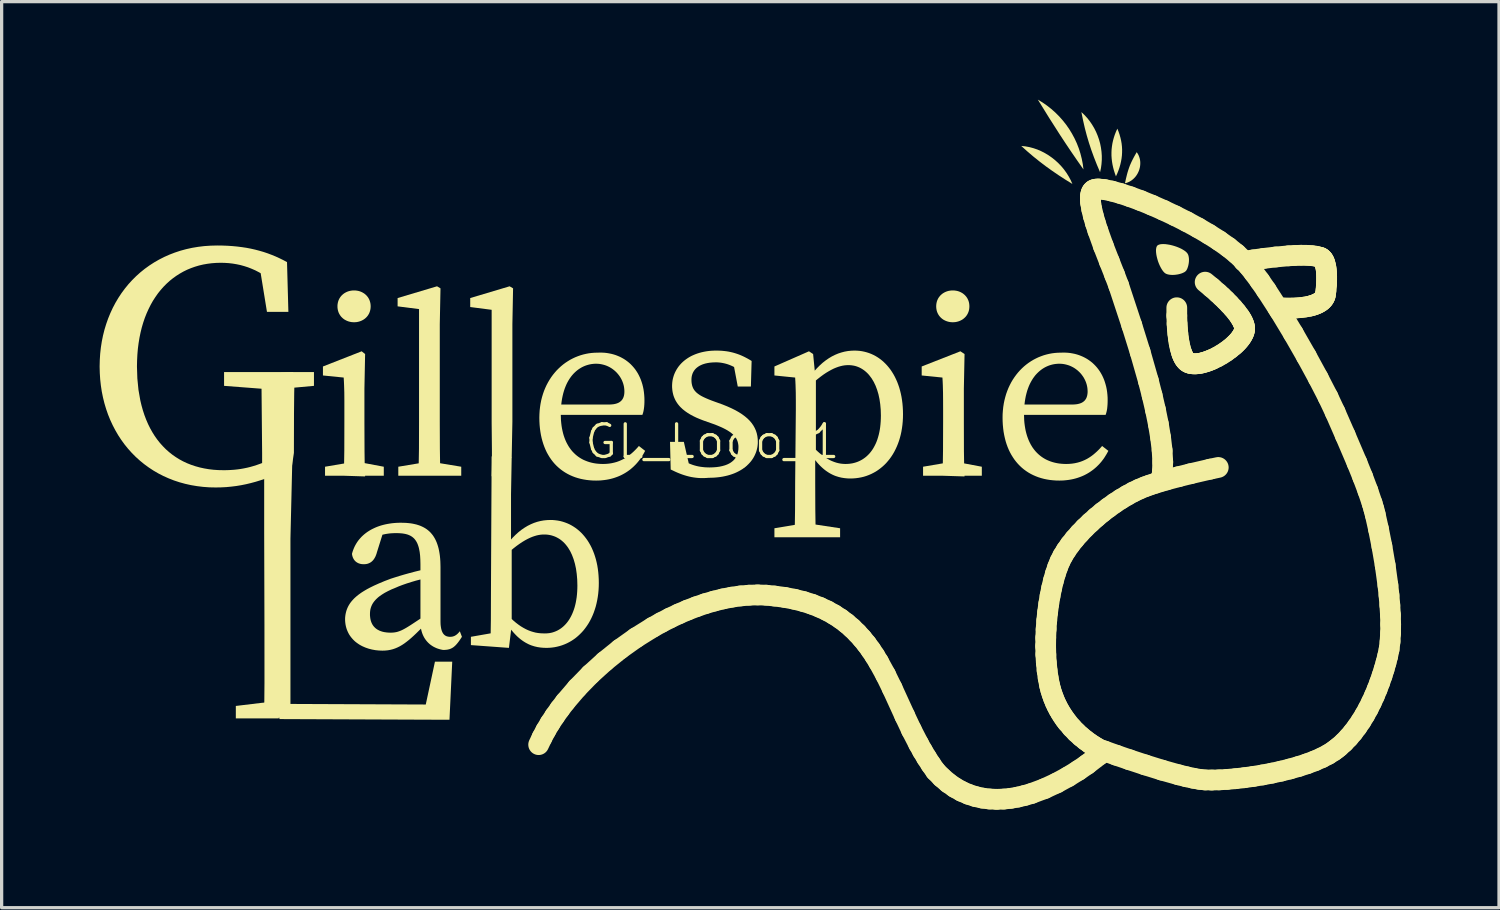
<source format=kicad_pcb>
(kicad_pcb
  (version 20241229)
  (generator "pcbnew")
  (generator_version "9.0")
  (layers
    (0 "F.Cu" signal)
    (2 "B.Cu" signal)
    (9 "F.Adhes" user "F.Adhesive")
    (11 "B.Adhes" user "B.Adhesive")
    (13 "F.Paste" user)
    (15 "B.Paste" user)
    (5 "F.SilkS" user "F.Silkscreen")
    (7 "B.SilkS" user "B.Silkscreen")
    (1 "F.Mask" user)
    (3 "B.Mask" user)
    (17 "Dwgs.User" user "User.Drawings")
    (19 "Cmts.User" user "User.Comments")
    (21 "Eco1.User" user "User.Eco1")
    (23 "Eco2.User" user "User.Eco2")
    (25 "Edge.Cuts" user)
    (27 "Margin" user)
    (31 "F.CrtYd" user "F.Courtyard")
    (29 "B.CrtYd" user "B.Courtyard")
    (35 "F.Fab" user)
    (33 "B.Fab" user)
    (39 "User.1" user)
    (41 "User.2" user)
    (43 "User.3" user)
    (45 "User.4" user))
  (footprint "GL_Logo_1"
    (layer "F.Cu")
    (at 18.759 10.968)
    (property "Reference" "GL_Logo_1" (at 0 -0.5 0) (unlocked yes) (layer "F.SilkS") (effects (font (size 1 1) (thickness 0.1))))
    (fp_line (start -13.171 6.156) (end -13.361 6.156) (stroke (width 0.1) (type solid)) (layer "F.SilkS"))
    (fp_line (start -6.524 0.123) (end -6.376 0.123) (stroke (width 0.1) (type solid)) (layer "F.SilkS"))
    (fp_line (start -5.318 8.78) (end -5.215 8.563) (stroke (width 0.635) (type solid)) (layer "F.SilkS"))
    (fp_line (start -5.215 8.563) (end -5.099 8.345) (stroke (width 0.635) (type solid)) (layer "F.SilkS"))
    (fp_line (start -5.099 8.345) (end -4.969 8.126) (stroke (width 0.635) (type solid)) (layer "F.SilkS"))
    (fp_line (start -4.969 8.126) (end -4.826 7.908) (stroke (width 0.635) (type solid)) (layer "F.SilkS"))
    (fp_line (start -4.826 7.908) (end -4.671 7.69) (stroke (width 0.635) (type solid)) (layer "F.SilkS"))
    (fp_line (start -4.671 7.69) (end -4.505 7.473) (stroke (width 0.635) (type solid)) (layer "F.SilkS"))
    (fp_line (start -4.505 7.473) (end -4.139 7.045) (stroke (width 0.635) (type solid)) (layer "F.SilkS"))
    (fp_line (start -4.139 7.045) (end -3.735 6.63) (stroke (width 0.635) (type solid)) (layer "F.SilkS"))
    (fp_line (start -3.735 6.63) (end -3.296 6.232) (stroke (width 0.635) (type solid)) (layer "F.SilkS"))
    (fp_line (start -3.296 6.232) (end -2.828 5.855) (stroke (width 0.635) (type solid)) (layer "F.SilkS"))
    (fp_line (start -2.828 5.855) (end -2.336 5.505) (stroke (width 0.635) (type solid)) (layer "F.SilkS"))
    (fp_line (start -2.336 5.505) (end -1.824 5.186) (stroke (width 0.635) (type solid)) (layer "F.SilkS"))
    (fp_line (start -1.824 5.186) (end -1.562 5.04) (stroke (width 0.635) (type solid)) (layer "F.SilkS"))
    (fp_line (start -1.562 5.04) (end -1.297 4.903) (stroke (width 0.635) (type solid)) (layer "F.SilkS"))
    (fp_line (start -1.297 4.903) (end -1.03 4.777) (stroke (width 0.635) (type solid)) (layer "F.SilkS"))
    (fp_line (start -1.03 4.777) (end -0.761 4.661) (stroke (width 0.635) (type solid)) (layer "F.SilkS"))
    (fp_line (start -0.761 4.661) (end -0.49 4.557) (stroke (width 0.635) (type solid)) (layer "F.SilkS"))
    (fp_line (start -0.49 4.557) (end -0.219 4.464) (stroke (width 0.635) (type solid)) (layer "F.SilkS"))
    (fp_line (start -0.219 4.464) (end 0.052 4.385) (stroke (width 0.635) (type solid)) (layer "F.SilkS"))
    (fp_line (start 0.052 4.385) (end 0.323 4.318) (stroke (width 0.635) (type solid)) (layer "F.SilkS"))
    (fp_line (start 0.323 4.318) (end 0.592 4.265) (stroke (width 0.635) (type solid)) (layer "F.SilkS"))
    (fp_line (start 0.592 4.265) (end 0.86 4.227) (stroke (width 0.635) (type solid)) (layer "F.SilkS"))
    (fp_line (start 0.86 4.227) (end 1.125 4.204) (stroke (width 0.635) (type solid)) (layer "F.SilkS"))
    (fp_line (start 1.125 4.204) (end 1.387 4.196) (stroke (width 0.635) (type solid)) (layer "F.SilkS"))
    (fp_line (start 1.387 4.196) (end 1.646 4.204) (stroke (width 0.635) (type solid)) (layer "F.SilkS"))
    (fp_line (start 1.646 4.204) (end 1.9 4.23) (stroke (width 0.635) (type solid)) (layer "F.SilkS"))
    (fp_line (start 1.9 4.23) (end 2.217 4.272) (stroke (width 0.635) (type solid)) (layer "F.SilkS"))
    (fp_line (start 2.217 4.272) (end 2.514 4.329) (stroke (width 0.635) (type solid)) (layer "F.SilkS"))
    (fp_line (start 2.514 4.329) (end 2.791 4.399) (stroke (width 0.635) (type solid)) (layer "F.SilkS"))
    (fp_line (start 2.791 4.399) (end 3.05 4.481) (stroke (width 0.635) (type solid)) (layer "F.SilkS"))
    (fp_line (start 3.05 4.481) (end 3.292 4.576) (stroke (width 0.635) (type solid)) (layer "F.SilkS"))
    (fp_line (start 3.292 4.576) (end 3.518 4.682) (stroke (width 0.635) (type solid)) (layer "F.SilkS"))
    (fp_line (start 3.518 4.682) (end 3.728 4.799) (stroke (width 0.635) (type solid)) (layer "F.SilkS"))
    (fp_line (start 3.728 4.799) (end 3.924 4.926) (stroke (width 0.635) (type solid)) (layer "F.SilkS"))
    (fp_line (start 3.924 4.926) (end 4.106 5.063) (stroke (width 0.635) (type solid)) (layer "F.SilkS"))
    (fp_line (start 4.106 5.063) (end 4.276 5.21) (stroke (width 0.635) (type solid)) (layer "F.SilkS"))
    (fp_line (start 4.276 5.21) (end 4.434 5.365) (stroke (width 0.635) (type solid)) (layer "F.SilkS"))
    (fp_line (start 4.434 5.365) (end 4.582 5.528) (stroke (width 0.635) (type solid)) (layer "F.SilkS"))
    (fp_line (start 4.582 5.528) (end 4.721 5.698) (stroke (width 0.635) (type solid)) (layer "F.SilkS"))
    (fp_line (start 4.721 5.698) (end 4.85 5.875) (stroke (width 0.635) (type solid)) (layer "F.SilkS"))
    (fp_line (start 4.85 5.875) (end 4.973 6.059) (stroke (width 0.635) (type solid)) (layer "F.SilkS"))
    (fp_line (start 4.973 6.059) (end 5.088 6.248) (stroke (width 0.635) (type solid)) (layer "F.SilkS"))
    (fp_line (start 5.088 6.248) (end 5.304 6.642) (stroke (width 0.635) (type solid)) (layer "F.SilkS"))
    (fp_line (start 5.304 6.642) (end 5.504 7.051) (stroke (width 0.635) (type solid)) (layer "F.SilkS"))
    (fp_line (start 5.504 7.051) (end 5.892 7.9) (stroke (width 0.635) (type solid)) (layer "F.SilkS"))
    (fp_line (start 5.892 7.9) (end 6.094 8.329) (stroke (width 0.635) (type solid)) (layer "F.SilkS"))
    (fp_line (start 6.094 8.329) (end 6.314 8.756) (stroke (width 0.635) (type solid)) (layer "F.SilkS"))
    (fp_line (start 6.314 8.756) (end 6.432 8.968) (stroke (width 0.635) (type solid)) (layer "F.SilkS"))
    (fp_line (start 6.432 8.968) (end 6.557 9.176) (stroke (width 0.635) (type solid)) (layer "F.SilkS"))
    (fp_line (start 6.557 9.176) (end 6.69 9.382) (stroke (width 0.635) (type solid)) (layer "F.SilkS"))
    (fp_line (start 6.69 9.382) (end 6.832 9.585) (stroke (width 0.635) (type solid)) (layer "F.SilkS"))
    (fp_line (start 6.832 9.585) (end 7.024 9.782) (stroke (width 0.635) (type solid)) (layer "F.SilkS"))
    (fp_line (start 7.024 9.782) (end 7.221 9.951) (stroke (width 0.635) (type solid)) (layer "F.SilkS"))
    (fp_line (start 7.221 9.951) (end 7.424 10.093) (stroke (width 0.635) (type solid)) (layer "F.SilkS"))
    (fp_line (start 7.424 10.093) (end 7.631 10.209) (stroke (width 0.635) (type solid)) (layer "F.SilkS"))
    (fp_line (start 7.631 10.209) (end 7.842 10.3) (stroke (width 0.635) (type solid)) (layer "F.SilkS"))
    (fp_line (start 7.842 10.3) (end 8.055 10.369) (stroke (width 0.635) (type solid)) (layer "F.SilkS"))
    (fp_line (start 8.055 10.369) (end 8.271 10.417) (stroke (width 0.635) (type solid)) (layer "F.SilkS"))
    (fp_line (start 8.271 10.417) (end 8.487 10.444) (stroke (width 0.635) (type solid)) (layer "F.SilkS"))
    (fp_line (start 8.487 10.444) (end 8.704 10.454) (stroke (width 0.635) (type solid)) (layer "F.SilkS"))
    (fp_line (start 8.704 10.454) (end 8.921 10.446) (stroke (width 0.635) (type solid)) (layer "F.SilkS"))
    (fp_line (start 8.921 10.446) (end 9.136 10.423) (stroke (width 0.635) (type solid)) (layer "F.SilkS"))
    (fp_line (start 9.136 10.423) (end 9.35 10.386) (stroke (width 0.635) (type solid)) (layer "F.SilkS"))
    (fp_line (start 9.35 10.386) (end 9.56 10.336) (stroke (width 0.635) (type solid)) (layer "F.SilkS"))
    (fp_line (start 9.56 10.336) (end 9.768 10.276) (stroke (width 0.635) (type solid)) (layer "F.SilkS"))
    (fp_line (start 9.768 10.276) (end 10.168 10.127) (stroke (width 0.635) (type solid)) (layer "F.SilkS"))
    (fp_line (start 10.168 10.127) (end 10.545 9.952) (stroke (width 0.635) (type solid)) (layer "F.SilkS"))
    (fp_line (start 10.204 5.767) (end 10.21 6.023) (stroke (width 0.635) (type solid)) (layer "F.SilkS"))
    (fp_line (start 10.207 5.508) (end 10.204 5.767) (stroke (width 0.635) (type solid)) (layer "F.SilkS"))
    (fp_line (start 10.21 6.023) (end 10.225 6.272) (stroke (width 0.635) (type solid)) (layer "F.SilkS"))
    (fp_line (start 10.218 5.247) (end 10.207 5.508) (stroke (width 0.635) (type solid)) (layer "F.SilkS"))
    (fp_line (start 10.225 6.272) (end 10.249 6.512) (stroke (width 0.635) (type solid)) (layer "F.SilkS"))
    (fp_line (start 10.237 4.986) (end 10.218 5.247) (stroke (width 0.635) (type solid)) (layer "F.SilkS"))
    (fp_line (start 10.249 6.512) (end 10.282 6.743) (stroke (width 0.635) (type solid)) (layer "F.SilkS"))
    (fp_line (start 10.264 4.728) (end 10.237 4.986) (stroke (width 0.635) (type solid)) (layer "F.SilkS"))
    (fp_line (start 10.282 6.743) (end 10.324 6.96) (stroke (width 0.635) (type solid)) (layer "F.SilkS"))
    (fp_line (start 10.298 4.474) (end 10.264 4.728) (stroke (width 0.635) (type solid)) (layer "F.SilkS"))
    (fp_line (start 10.324 6.96) (end 10.359 7.096) (stroke (width 0.635) (type solid)) (layer "F.SilkS"))
    (fp_line (start 10.339 4.227) (end 10.298 4.474) (stroke (width 0.635) (type solid)) (layer "F.SilkS"))
    (fp_line (start 10.359 7.096) (end 10.399 7.227) (stroke (width 0.635) (type solid)) (layer "F.SilkS"))
    (fp_line (start 10.387 3.989) (end 10.339 4.227) (stroke (width 0.635) (type solid)) (layer "F.SilkS"))
    (fp_line (start 10.399 7.227) (end 10.444 7.352) (stroke (width 0.635) (type solid)) (layer "F.SilkS"))
    (fp_line (start 10.441 3.763) (end 10.387 3.989) (stroke (width 0.635) (type solid)) (layer "F.SilkS"))
    (fp_line (start 10.444 7.352) (end 10.493 7.473) (stroke (width 0.635) (type solid)) (layer "F.SilkS"))
    (fp_line (start 10.493 7.473) (end 10.547 7.588) (stroke (width 0.635) (type solid)) (layer "F.SilkS"))
    (fp_line (start 10.502 3.549) (end 10.441 3.763) (stroke (width 0.635) (type solid)) (layer "F.SilkS"))
    (fp_line (start 10.545 9.952) (end 10.893 9.762) (stroke (width 0.635) (type solid)) (layer "F.SilkS"))
    (fp_line (start 10.547 7.588) (end 10.604 7.698) (stroke (width 0.635) (type solid)) (layer "F.SilkS"))
    (fp_line (start 10.569 3.351) (end 10.502 3.549) (stroke (width 0.635) (type solid)) (layer "F.SilkS"))
    (fp_line (start 10.604 7.698) (end 10.665 7.803) (stroke (width 0.635) (type solid)) (layer "F.SilkS"))
    (fp_line (start 10.642 3.171) (end 10.569 3.351) (stroke (width 0.635) (type solid)) (layer "F.SilkS"))
    (fp_line (start 10.665 7.803) (end 10.729 7.903) (stroke (width 0.635) (type solid)) (layer "F.SilkS"))
    (fp_line (start 10.727 3.003) (end 10.642 3.171) (stroke (width 0.635) (type solid)) (layer "F.SilkS"))
    (fp_line (start 10.729 7.903) (end 10.794 7.998) (stroke (width 0.635) (type solid)) (layer "F.SilkS"))
    (fp_line (start 10.794 7.998) (end 10.862 8.088) (stroke (width 0.635) (type solid)) (layer "F.SilkS"))
    (fp_line (start 10.832 2.832) (end 10.727 3.003) (stroke (width 0.635) (type solid)) (layer "F.SilkS"))
    (fp_line (start 10.862 8.088) (end 11.002 8.254) (stroke (width 0.635) (type solid)) (layer "F.SilkS"))
    (fp_line (start 10.893 9.762) (end 11.204 9.569) (stroke (width 0.635) (type solid)) (layer "F.SilkS"))
    (fp_line (start 10.953 2.659) (end 10.832 2.832) (stroke (width 0.635) (type solid)) (layer "F.SilkS"))
    (fp_line (start 11.002 8.254) (end 11.145 8.402) (stroke (width 0.635) (type solid)) (layer "F.SilkS"))
    (fp_line (start 11.09 2.487) (end 10.953 2.659) (stroke (width 0.635) (type solid)) (layer "F.SilkS"))
    (fp_line (start 11.145 8.402) (end 11.287 8.532) (stroke (width 0.635) (type solid)) (layer "F.SilkS"))
    (fp_line (start 11.204 9.569) (end 11.472 9.385) (stroke (width 0.635) (type solid)) (layer "F.SilkS"))
    (fp_line (start 11.241 2.315) (end 11.09 2.487) (stroke (width 0.635) (type solid)) (layer "F.SilkS"))
    (fp_line (start 11.287 8.532) (end 11.426 8.644) (stroke (width 0.635) (type solid)) (layer "F.SilkS"))
    (fp_line (start 11.402 2.146) (end 11.241 2.315) (stroke (width 0.635) (type solid)) (layer "F.SilkS"))
    (fp_line (start 11.426 8.644) (end 11.557 8.74) (stroke (width 0.635) (type solid)) (layer "F.SilkS"))
    (fp_line (start 11.472 9.385) (end 11.857 9.09) (stroke (width 0.635) (type solid)) (layer "F.SilkS"))
    (fp_line (start 11.557 8.74) (end 11.677 8.819) (stroke (width 0.635) (type solid)) (layer "F.SilkS"))
    (fp_line (start 11.574 1.982) (end 11.402 2.146) (stroke (width 0.635) (type solid)) (layer "F.SilkS"))
    (fp_line (start 11.574 -7.952) (end 11.576 -7.877) (stroke (width 0.635) (type solid)) (layer "F.SilkS"))
    (fp_line (start 11.576 -7.877) (end 11.584 -7.795) (stroke (width 0.635) (type solid)) (layer "F.SilkS"))
    (fp_line (start 11.578 -8.018) (end 11.574 -7.952) (stroke (width 0.635) (type solid)) (layer "F.SilkS"))
    (fp_line (start 11.584 -7.795) (end 11.615 -7.613) (stroke (width 0.635) (type solid)) (layer "F.SilkS"))
    (fp_line (start 11.588 -8.077) (end 11.578 -8.018) (stroke (width 0.635) (type solid)) (layer "F.SilkS"))
    (fp_line (start 11.605 -8.127) (end 11.588 -8.077) (stroke (width 0.635) (type solid)) (layer "F.SilkS"))
    (fp_line (start 11.615 -7.613) (end 11.663 -7.41) (stroke (width 0.635) (type solid)) (layer "F.SilkS"))
    (fp_line (start 11.629 -8.167) (end 11.605 -8.127) (stroke (width 0.635) (type solid)) (layer "F.SilkS"))
    (fp_line (start 11.661 -8.197) (end 11.629 -8.167) (stroke (width 0.635) (type solid)) (layer "F.SilkS"))
    (fp_line (start 11.663 -7.41) (end 11.726 -7.191) (stroke (width 0.635) (type solid)) (layer "F.SilkS"))
    (fp_line (start 11.677 8.819) (end 11.783 8.883) (stroke (width 0.635) (type solid)) (layer "F.SilkS"))
    (fp_line (start 11.7 -8.216) (end 11.661 -8.197) (stroke (width 0.635) (type solid)) (layer "F.SilkS"))
    (fp_line (start 11.726 -7.191) (end 11.801 -6.96) (stroke (width 0.635) (type solid)) (layer "F.SilkS"))
    (fp_line (start 11.753 1.822) (end 11.574 1.982) (stroke (width 0.635) (type solid)) (layer "F.SilkS"))
    (fp_line (start 11.757 -8.228) (end 11.7 -8.216) (stroke (width 0.635) (type solid)) (layer "F.SilkS"))
    (fp_line (start 11.783 8.883) (end 11.939 8.965) (stroke (width 0.635) (type solid)) (layer "F.SilkS"))
    (fp_line (start 11.801 -6.96) (end 11.972 -6.482) (stroke (width 0.635) (type solid)) (layer "F.SilkS"))
    (fp_line (start 11.828 -8.231) (end 11.757 -8.228) (stroke (width 0.635) (type solid)) (layer "F.SilkS"))
    (fp_line (start 11.857 9.09) (end 11.997 8.971) (stroke (width 0.635) (type solid)) (layer "F.SilkS"))
    (fp_line (start 11.938 1.668) (end 11.753 1.822) (stroke (width 0.635) (type solid)) (layer "F.SilkS"))
    (fp_line (start 11.939 8.965) (end 11.997 8.992) (stroke (width 0.635) (type solid)) (layer "F.SilkS"))
    (fp_line (start 11.972 -6.482) (end 12.153 -6.017) (stroke (width 0.635) (type solid)) (layer "F.SilkS"))
    (fp_line (start 11.997 8.971) (end 12.369 9.104) (stroke (width 0.635) (type solid)) (layer "F.SilkS"))
    (fp_line (start 12.008 -8.214) (end 11.828 -8.231) (stroke (width 0.635) (type solid)) (layer "F.SilkS"))
    (fp_line (start 12.128 1.523) (end 11.938 1.668) (stroke (width 0.635) (type solid)) (layer "F.SilkS"))
    (fp_line (start 12.153 -6.017) (end 12.317 -5.601) (stroke (width 0.635) (type solid)) (layer "F.SilkS"))
    (fp_line (start 12.233 -8.167) (end 12.008 -8.214) (stroke (width 0.635) (type solid)) (layer "F.SilkS"))
    (fp_line (start 12.317 -5.601) (end 12.441 -5.274) (stroke (width 0.635) (type solid)) (layer "F.SilkS"))
    (fp_line (start 12.319 1.386) (end 12.128 1.523) (stroke (width 0.635) (type solid)) (layer "F.SilkS"))
    (fp_line (start 12.369 9.104) (end 12.768 9.241) (stroke (width 0.635) (type solid)) (layer "F.SilkS"))
    (fp_line (start 12.441 -5.274) (end 12.842 -4.059) (stroke (width 0.635) (type solid)) (layer "F.SilkS"))
    (fp_line (start 12.498 -8.093) (end 12.233 -8.167) (stroke (width 0.635) (type solid)) (layer "F.SilkS"))
    (fp_line (start 12.511 1.26) (end 12.319 1.386) (stroke (width 0.635) (type solid)) (layer "F.SilkS"))
    (fp_line (start 12.702 1.146) (end 12.511 1.26) (stroke (width 0.635) (type solid)) (layer "F.SilkS"))
    (fp_line (start 12.768 9.241) (end 13.248 9.399) (stroke (width 0.635) (type solid)) (layer "F.SilkS"))
    (fp_line (start 12.794 -7.995) (end 12.498 -8.093) (stroke (width 0.635) (type solid)) (layer "F.SilkS"))
    (fp_line (start 12.842 -4.059) (end 13.097 -3.241) (stroke (width 0.635) (type solid)) (layer "F.SilkS"))
    (fp_line (start 12.889 1.044) (end 12.702 1.146) (stroke (width 0.635) (type solid)) (layer "F.SilkS"))
    (fp_line (start 13.071 0.957) (end 12.889 1.044) (stroke (width 0.635) (type solid)) (layer "F.SilkS"))
    (fp_line (start 13.097 -3.241) (end 13.349 -2.359) (stroke (width 0.635) (type solid)) (layer "F.SilkS"))
    (fp_line (start 13.116 -7.876) (end 12.794 -7.995) (stroke (width 0.635) (type solid)) (layer "F.SilkS"))
    (fp_line (start 13.245 0.885) (end 13.071 0.957) (stroke (width 0.635) (type solid)) (layer "F.SilkS"))
    (fp_line (start 13.248 9.399) (end 13.765 9.56) (stroke (width 0.635) (type solid)) (layer "F.SilkS"))
    (fp_line (start 13.349 -2.359) (end 13.464 -1.91) (stroke (width 0.635) (type solid)) (layer "F.SilkS"))
    (fp_line (start 13.389 0.833) (end 13.245 0.885) (stroke (width 0.635) (type solid)) (layer "F.SilkS"))
    (fp_line (start 13.456 -7.737) (end 13.116 -7.876) (stroke (width 0.635) (type solid)) (layer "F.SilkS"))
    (fp_line (start 13.464 -1.91) (end 13.567 -1.466) (stroke (width 0.635) (type solid)) (layer "F.SilkS"))
    (fp_line (start 13.548 0.781) (end 13.389 0.833) (stroke (width 0.635) (type solid)) (layer "F.SilkS"))
    (fp_line (start 13.567 -1.466) (end 13.655 -1.033) (stroke (width 0.635) (type solid)) (layer "F.SilkS"))
    (fp_line (start 13.655 -1.033) (end 13.724 -0.619) (stroke (width 0.635) (type solid)) (layer "F.SilkS"))
    (fp_line (start 13.724 -0.619) (end 13.77 -0.23) (stroke (width 0.635) (type solid)) (layer "F.SilkS"))
    (fp_line (start 13.759 0.586) (end 13.732 0.716) (stroke (width 0.635) (type solid)) (layer "F.SilkS"))
    (fp_line (start 13.765 9.56) (end 14.274 9.703) (stroke (width 0.635) (type solid)) (layer "F.SilkS"))
    (fp_line (start 13.77 -0.23) (end 13.789 0.127) (stroke (width 0.635) (type solid)) (layer "F.SilkS"))
    (fp_line (start 13.777 0.444) (end 13.759 0.586) (stroke (width 0.635) (type solid)) (layer "F.SilkS"))
    (fp_line (start 13.789 0.127) (end 13.777 0.444) (stroke (width 0.635) (type solid)) (layer "F.SilkS"))
    (fp_line (start 13.809 -7.581) (end 13.456 -7.737) (stroke (width 0.635) (type solid)) (layer "F.SilkS"))
    (fp_line (start 13.9 0.676) (end 13.548 0.781) (stroke (width 0.635) (type solid)) (layer "F.SilkS"))
    (fp_line (start 14.167 -7.412) (end 13.809 -7.581) (stroke (width 0.635) (type solid)) (layer "F.SilkS"))
    (fp_line (start 14.219 -4.353) (end 14.219 -4.597) (stroke (width 0.635) (type solid)) (layer "F.SilkS"))
    (fp_line (start 14.228 -4.1) (end 14.219 -4.353) (stroke (width 0.635) (type solid)) (layer "F.SilkS"))
    (fp_line (start 14.237 -3.956) (end 14.228 -4.1) (stroke (width 0.635) (type solid)) (layer "F.SilkS"))
    (fp_line (start 14.251 -3.806) (end 14.237 -3.956) (stroke (width 0.635) (type solid)) (layer "F.SilkS"))
    (fp_line (start 14.269 -3.654) (end 14.251 -3.806) (stroke (width 0.635) (type solid)) (layer "F.SilkS"))
    (fp_line (start 14.272 0.577) (end 13.9 0.676) (stroke (width 0.635) (type solid)) (layer "F.SilkS"))
    (fp_line (start 14.274 9.703) (end 14.511 9.762) (stroke (width 0.635) (type solid)) (layer "F.SilkS"))
    (fp_line (start 14.293 -3.505) (end 14.269 -3.654) (stroke (width 0.635) (type solid)) (layer "F.SilkS"))
    (fp_line (start 14.324 -3.362) (end 14.293 -3.505) (stroke (width 0.635) (type solid)) (layer "F.SilkS"))
    (fp_line (start 14.362 -3.231) (end 14.324 -3.362) (stroke (width 0.635) (type solid)) (layer "F.SilkS"))
    (fp_line (start 14.384 -3.171) (end 14.362 -3.231) (stroke (width 0.635) (type solid)) (layer "F.SilkS"))
    (fp_line (start 14.408 -3.115) (end 14.384 -3.171) (stroke (width 0.635) (type solid)) (layer "F.SilkS"))
    (fp_line (start 14.434 -3.064) (end 14.408 -3.115) (stroke (width 0.635) (type solid)) (layer "F.SilkS"))
    (fp_line (start 14.462 -3.019) (end 14.434 -3.064) (stroke (width 0.635) (type solid)) (layer "F.SilkS"))
    (fp_line (start 14.493 -2.98) (end 14.462 -3.019) (stroke (width 0.635) (type solid)) (layer "F.SilkS"))
    (fp_line (start 14.511 9.762) (end 14.729 9.809) (stroke (width 0.635) (type solid)) (layer "F.SilkS"))
    (fp_line (start 14.523 -7.232) (end 14.167 -7.412) (stroke (width 0.635) (type solid)) (layer "F.SilkS"))
    (fp_line (start 14.526 -2.947) (end 14.493 -2.98) (stroke (width 0.635) (type solid)) (layer "F.SilkS"))
    (fp_line (start 14.562 -2.922) (end 14.526 -2.947) (stroke (width 0.635) (type solid)) (layer "F.SilkS"))
    (fp_line (start 14.6 -2.904) (end 14.562 -2.922) (stroke (width 0.635) (type solid)) (layer "F.SilkS"))
    (fp_line (start 14.637 0.486) (end 14.272 0.577) (stroke (width 0.635) (type solid)) (layer "F.SilkS"))
    (fp_line (start 14.646 -2.89) (end 14.6 -2.904) (stroke (width 0.635) (type solid)) (layer "F.SilkS"))
    (fp_line (start 14.695 -2.882) (end 14.646 -2.89) (stroke (width 0.635) (type solid)) (layer "F.SilkS"))
    (fp_line (start 14.729 9.809) (end 14.923 9.843) (stroke (width 0.635) (type solid)) (layer "F.SilkS"))
    (fp_line (start 14.747 -2.878) (end 14.695 -2.882) (stroke (width 0.635) (type solid)) (layer "F.SilkS"))
    (fp_line (start 14.803 -2.879) (end 14.747 -2.878) (stroke (width 0.635) (type solid)) (layer "F.SilkS"))
    (fp_line (start 14.861 -2.884) (end 14.803 -2.879) (stroke (width 0.635) (type solid)) (layer "F.SilkS"))
    (fp_line (start 14.871 -7.043) (end 14.523 -7.232) (stroke (width 0.635) (type solid)) (layer "F.SilkS"))
    (fp_line (start 14.922 -2.893) (end 14.861 -2.884) (stroke (width 0.635) (type solid)) (layer "F.SilkS"))
    (fp_line (start 14.923 9.843) (end 15.087 9.86) (stroke (width 0.635) (type solid)) (layer "F.SilkS"))
    (fp_line (start 14.985 -2.906) (end 14.922 -2.893) (stroke (width 0.635) (type solid)) (layer "F.SilkS"))
    (fp_line (start 15.049 -2.923) (end 14.985 -2.906) (stroke (width 0.635) (type solid)) (layer "F.SilkS"))
    (fp_line (start 15.087 -5.38) (end 15.284 -5.217) (stroke (width 0.635) (type solid)) (layer "F.SilkS"))
    (fp_line (start 15.087 9.86) (end 15.289 9.863) (stroke (width 0.635) (type solid)) (layer "F.SilkS"))
    (fp_line (start 15.115 -2.943) (end 15.049 -2.923) (stroke (width 0.635) (type solid)) (layer "F.SilkS"))
    (fp_line (start 15.182 -2.966) (end 15.115 -2.943) (stroke (width 0.635) (type solid)) (layer "F.SilkS"))
    (fp_line (start 15.204 -6.847) (end 14.871 -7.043) (stroke (width 0.635) (type solid)) (layer "F.SilkS"))
    (fp_line (start 15.24 0.346) (end 14.637 0.486) (stroke (width 0.635) (type solid)) (layer "F.SilkS"))
    (fp_line (start 15.25 -2.993) (end 15.182 -2.966) (stroke (width 0.635) (type solid)) (layer "F.SilkS"))
    (fp_line (start 15.284 -5.217) (end 15.485 -5.041) (stroke (width 0.635) (type solid)) (layer "F.SilkS"))
    (fp_line (start 15.289 9.863) (end 15.514 9.858) (stroke (width 0.635) (type solid)) (layer "F.SilkS"))
    (fp_line (start 15.318 -3.022) (end 15.25 -2.993) (stroke (width 0.635) (type solid)) (layer "F.SilkS"))
    (fp_line (start 15.455 -3.089) (end 15.318 -3.022) (stroke (width 0.635) (type solid)) (layer "F.SilkS"))
    (fp_line (start 15.485 -5.041) (end 15.598 -4.937) (stroke (width 0.635) (type solid)) (layer "F.SilkS"))
    (fp_line (start 15.489 0.293) (end 15.24 0.346) (stroke (width 0.635) (type solid)) (layer "F.SilkS"))
    (fp_line (start 15.514 9.858) (end 15.757 9.844) (stroke (width 0.635) (type solid)) (layer "F.SilkS"))
    (fp_line (start 15.515 -6.649) (end 15.204 -6.847) (stroke (width 0.635) (type solid)) (layer "F.SilkS"))
    (fp_line (start 15.59 -3.166) (end 15.455 -3.089) (stroke (width 0.635) (type solid)) (layer "F.SilkS"))
    (fp_line (start 15.598 -4.937) (end 15.714 -4.825) (stroke (width 0.635) (type solid)) (layer "F.SilkS"))
    (fp_line (start 15.714 -4.825) (end 15.829 -4.707) (stroke (width 0.635) (type solid)) (layer "F.SilkS"))
    (fp_line (start 15.72 -3.25) (end 15.59 -3.166) (stroke (width 0.635) (type solid)) (layer "F.SilkS"))
    (fp_line (start 15.757 9.844) (end 16.015 9.822) (stroke (width 0.635) (type solid)) (layer "F.SilkS"))
    (fp_line (start 15.798 -6.449) (end 15.515 -6.649) (stroke (width 0.635) (type solid)) (layer "F.SilkS"))
    (fp_line (start 15.829 -4.707) (end 15.94 -4.586) (stroke (width 0.635) (type solid)) (layer "F.SilkS"))
    (fp_line (start 15.843 -3.34) (end 15.72 -3.25) (stroke (width 0.635) (type solid)) (layer "F.SilkS"))
    (fp_line (start 15.94 -4.586) (end 16.042 -4.465) (stroke (width 0.635) (type solid)) (layer "F.SilkS"))
    (fp_line (start 15.957 -3.434) (end 15.843 -3.34) (stroke (width 0.635) (type solid)) (layer "F.SilkS"))
    (fp_line (start 16.009 -3.483) (end 15.957 -3.434) (stroke (width 0.635) (type solid)) (layer "F.SilkS"))
    (fp_line (start 16.015 9.822) (end 16.284 9.792) (stroke (width 0.635) (type solid)) (layer "F.SilkS"))
    (fp_line (start 16.042 -4.465) (end 16.132 -4.344) (stroke (width 0.635) (type solid)) (layer "F.SilkS"))
    (fp_line (start 16.045 -6.251) (end 15.798 -6.449) (stroke (width 0.635) (type solid)) (layer "F.SilkS"))
    (fp_line (start 16.059 -3.532) (end 16.009 -3.483) (stroke (width 0.635) (type solid)) (layer "F.SilkS"))
    (fp_line (start 16.104 -3.581) (end 16.059 -3.532) (stroke (width 0.635) (type solid)) (layer "F.SilkS"))
    (fp_line (start 16.132 -4.344) (end 16.171 -4.285) (stroke (width 0.635) (type solid)) (layer "F.SilkS"))
    (fp_line (start 16.146 -3.631) (end 16.104 -3.581) (stroke (width 0.635) (type solid)) (layer "F.SilkS"))
    (fp_line (start 16.171 -4.285) (end 16.206 -4.227) (stroke (width 0.635) (type solid)) (layer "F.SilkS"))
    (fp_line (start 16.183 -3.68) (end 16.146 -3.631) (stroke (width 0.635) (type solid)) (layer "F.SilkS"))
    (fp_line (start 16.206 -4.227) (end 16.235 -4.171) (stroke (width 0.635) (type solid)) (layer "F.SilkS"))
    (fp_line (start 16.215 -3.729) (end 16.183 -3.68) (stroke (width 0.635) (type solid)) (layer "F.SilkS"))
    (fp_line (start 16.235 -4.171) (end 16.26 -4.116) (stroke (width 0.635) (type solid)) (layer "F.SilkS"))
    (fp_line (start 16.243 -3.778) (end 16.215 -3.729) (stroke (width 0.635) (type solid)) (layer "F.SilkS"))
    (fp_line (start 16.251 -6.057) (end 16.045 -6.251) (stroke (width 0.635) (type solid)) (layer "F.SilkS"))
    (fp_line (start 16.26 -4.116) (end 16.278 -4.063) (stroke (width 0.635) (type solid)) (layer "F.SilkS"))
    (fp_line (start 16.266 -3.826) (end 16.243 -3.778) (stroke (width 0.635) (type solid)) (layer "F.SilkS"))
    (fp_line (start 16.278 -4.063) (end 16.29 -4.013) (stroke (width 0.635) (type solid)) (layer "F.SilkS"))
    (fp_line (start 16.282 -3.873) (end 16.266 -3.826) (stroke (width 0.635) (type solid)) (layer "F.SilkS"))
    (fp_line (start 16.284 9.792) (end 16.561 9.753) (stroke (width 0.635) (type solid)) (layer "F.SilkS"))
    (fp_line (start 16.29 -4.013) (end 16.296 -3.965) (stroke (width 0.635) (type solid)) (layer "F.SilkS"))
    (fp_line (start 16.293 -3.92) (end 16.282 -3.873) (stroke (width 0.635) (type solid)) (layer "F.SilkS"))
    (fp_line (start 16.296 -3.965) (end 16.293 -3.92) (stroke (width 0.635) (type solid)) (layer "F.SilkS"))
    (fp_line (start 16.407 -5.884) (end 16.251 -6.057) (stroke (width 0.635) (type solid)) (layer "F.SilkS"))
    (fp_line (start 16.561 9.753) (end 16.844 9.707) (stroke (width 0.635) (type solid)) (layer "F.SilkS"))
    (fp_line (start 16.565 -6.062) (end 16.272 -6.015) (stroke (width 0.635) (type solid)) (layer "F.SilkS"))
    (fp_line (start 16.579 -5.668) (end 16.407 -5.884) (stroke (width 0.635) (type solid)) (layer "F.SilkS"))
    (fp_line (start 16.764 -5.416) (end 16.579 -5.668) (stroke (width 0.635) (type solid)) (layer "F.SilkS"))
    (fp_line (start 16.844 9.707) (end 17.127 9.653) (stroke (width 0.635) (type solid)) (layer "F.SilkS"))
    (fp_line (start 16.875 -6.106) (end 16.565 -6.062) (stroke (width 0.635) (type solid)) (layer "F.SilkS"))
    (fp_line (start 16.959 -5.133) (end 16.764 -5.416) (stroke (width 0.635) (type solid)) (layer "F.SilkS"))
    (fp_line (start 17.127 9.653) (end 17.408 9.592) (stroke (width 0.635) (type solid)) (layer "F.SilkS"))
    (fp_line (start 17.246 -6.15) (end 16.875 -6.106) (stroke (width 0.635) (type solid)) (layer "F.SilkS"))
    (fp_line (start 17.309 -4.597) (end 17.523 -4.585) (stroke (width 0.635) (type solid)) (layer "F.SilkS"))
    (fp_line (start 17.369 -4.499) (end 16.959 -5.133) (stroke (width 0.635) (type solid)) (layer "F.SilkS"))
    (fp_line (start 17.408 9.592) (end 17.683 9.524) (stroke (width 0.635) (type solid)) (layer "F.SilkS"))
    (fp_line (start 17.523 -4.585) (end 17.627 -4.584) (stroke (width 0.635) (type solid)) (layer "F.SilkS"))
    (fp_line (start 17.627 -4.584) (end 17.744 -4.585) (stroke (width 0.635) (type solid)) (layer "F.SilkS"))
    (fp_line (start 17.641 -6.186) (end 17.246 -6.15) (stroke (width 0.635) (type solid)) (layer "F.SilkS"))
    (fp_line (start 17.683 9.524) (end 17.95 9.448) (stroke (width 0.635) (type solid)) (layer "F.SilkS"))
    (fp_line (start 17.744 -4.585) (end 17.869 -4.59) (stroke (width 0.635) (type solid)) (layer "F.SilkS"))
    (fp_line (start 17.786 -3.809) (end 17.369 -4.499) (stroke (width 0.635) (type solid)) (layer "F.SilkS"))
    (fp_line (start 17.835 -6.197) (end 17.641 -6.186) (stroke (width 0.635) (type solid)) (layer "F.SilkS"))
    (fp_line (start 17.869 -4.59) (end 18 -4.6) (stroke (width 0.635) (type solid)) (layer "F.SilkS"))
    (fp_line (start 17.95 9.448) (end 18.203 9.366) (stroke (width 0.635) (type solid)) (layer "F.SilkS"))
    (fp_line (start 18 -4.6) (end 18.132 -4.616) (stroke (width 0.635) (type solid)) (layer "F.SilkS"))
    (fp_line (start 18.022 -6.203) (end 17.835 -6.197) (stroke (width 0.635) (type solid)) (layer "F.SilkS"))
    (fp_line (start 18.132 -4.616) (end 18.261 -4.639) (stroke (width 0.635) (type solid)) (layer "F.SilkS"))
    (fp_line (start 18.187 -3.109) (end 17.786 -3.809) (stroke (width 0.635) (type solid)) (layer "F.SilkS"))
    (fp_line (start 18.197 -6.201) (end 18.022 -6.203) (stroke (width 0.635) (type solid)) (layer "F.SilkS"))
    (fp_line (start 18.203 9.366) (end 18.441 9.277) (stroke (width 0.635) (type solid)) (layer "F.SilkS"))
    (fp_line (start 18.261 -4.639) (end 18.324 -4.654) (stroke (width 0.635) (type solid)) (layer "F.SilkS"))
    (fp_line (start 18.324 -4.654) (end 18.384 -4.671) (stroke (width 0.635) (type solid)) (layer "F.SilkS"))
    (fp_line (start 18.355 -6.191) (end 18.197 -6.201) (stroke (width 0.635) (type solid)) (layer "F.SilkS"))
    (fp_line (start 18.384 -4.671) (end 18.442 -4.691) (stroke (width 0.635) (type solid)) (layer "F.SilkS"))
    (fp_line (start 18.441 9.277) (end 18.659 9.181) (stroke (width 0.635) (type solid)) (layer "F.SilkS"))
    (fp_line (start 18.442 -4.691) (end 18.497 -4.713) (stroke (width 0.635) (type solid)) (layer "F.SilkS"))
    (fp_line (start 18.491 -6.172) (end 18.355 -6.191) (stroke (width 0.635) (type solid)) (layer "F.SilkS"))
    (fp_line (start 18.497 -4.713) (end 18.548 -4.738) (stroke (width 0.635) (type solid)) (layer "F.SilkS"))
    (fp_line (start 18.548 -4.738) (end 18.596 -4.766) (stroke (width 0.635) (type solid)) (layer "F.SilkS"))
    (fp_line (start 18.549 -2.444) (end 18.187 -3.109) (stroke (width 0.635) (type solid)) (layer "F.SilkS"))
    (fp_line (start 18.596 -4.766) (end 18.639 -4.796) (stroke (width 0.635) (type solid)) (layer "F.SilkS"))
    (fp_line (start 18.601 -6.142) (end 18.491 -6.172) (stroke (width 0.635) (type solid)) (layer "F.SilkS"))
    (fp_line (start 18.625 -6.132) (end 18.601 -6.142) (stroke (width 0.635) (type solid)) (layer "F.SilkS"))
    (fp_line (start 18.639 -4.796) (end 18.677 -4.83) (stroke (width 0.635) (type solid)) (layer "F.SilkS"))
    (fp_line (start 18.648 -6.118) (end 18.625 -6.132) (stroke (width 0.635) (type solid)) (layer "F.SilkS"))
    (fp_line (start 18.659 9.181) (end 18.855 9.079) (stroke (width 0.635) (type solid)) (layer "F.SilkS"))
    (fp_line (start 18.669 -6.101) (end 18.648 -6.118) (stroke (width 0.635) (type solid)) (layer "F.SilkS"))
    (fp_line (start 18.677 -4.83) (end 18.709 -4.867) (stroke (width 0.635) (type solid)) (layer "F.SilkS"))
    (fp_line (start 18.689 -6.08) (end 18.669 -6.101) (stroke (width 0.635) (type solid)) (layer "F.SilkS"))
    (fp_line (start 18.706 -6.056) (end 18.689 -6.08) (stroke (width 0.635) (type solid)) (layer "F.SilkS"))
    (fp_line (start 18.709 -4.867) (end 18.736 -4.907) (stroke (width 0.635) (type solid)) (layer "F.SilkS"))
    (fp_line (start 18.722 -6.029) (end 18.706 -6.056) (stroke (width 0.635) (type solid)) (layer "F.SilkS"))
    (fp_line (start 18.736 -4.907) (end 18.756 -4.951) (stroke (width 0.635) (type solid)) (layer "F.SilkS"))
    (fp_line (start 18.736 -5.999) (end 18.722 -6.029) (stroke (width 0.635) (type solid)) (layer "F.SilkS"))
    (fp_line (start 18.749 -5.967) (end 18.736 -5.999) (stroke (width 0.635) (type solid)) (layer "F.SilkS"))
    (fp_line (start 18.756 -4.951) (end 18.77 -4.999) (stroke (width 0.635) (type solid)) (layer "F.SilkS"))
    (fp_line (start 18.77 -4.999) (end 18.786 -5.124) (stroke (width 0.635) (type solid)) (layer "F.SilkS"))
    (fp_line (start 18.77 -5.895) (end 18.749 -5.967) (stroke (width 0.635) (type solid)) (layer "F.SilkS"))
    (fp_line (start 18.786 -5.124) (end 18.8 -5.282) (stroke (width 0.635) (type solid)) (layer "F.SilkS"))
    (fp_line (start 18.786 -5.816) (end 18.77 -5.895) (stroke (width 0.635) (type solid)) (layer "F.SilkS"))
    (fp_line (start 18.797 -5.731) (end 18.786 -5.816) (stroke (width 0.635) (type solid)) (layer "F.SilkS"))
    (fp_line (start 18.8 -5.282) (end 18.805 -5.369) (stroke (width 0.635) (type solid)) (layer "F.SilkS"))
    (fp_line (start 18.804 -5.642) (end 18.797 -5.731) (stroke (width 0.635) (type solid)) (layer "F.SilkS"))
    (fp_line (start 18.805 -5.369) (end 18.807 -5.459) (stroke (width 0.635) (type solid)) (layer "F.SilkS"))
    (fp_line (start 18.807 -5.459) (end 18.807 -5.551) (stroke (width 0.635) (type solid)) (layer "F.SilkS"))
    (fp_line (start 18.807 -5.551) (end 18.804 -5.642) (stroke (width 0.635) (type solid)) (layer "F.SilkS"))
    (fp_line (start 18.85 -1.86) (end 18.549 -2.444) (stroke (width 0.635) (type solid)) (layer "F.SilkS"))
    (fp_line (start 18.855 9.079) (end 19.024 8.971) (stroke (width 0.635) (type solid)) (layer "F.SilkS"))
    (fp_line (start 19.024 8.971) (end 19.104 8.911) (stroke (width 0.635) (type solid)) (layer "F.SilkS"))
    (fp_line (start 19.066 -1.401) (end 18.85 -1.86) (stroke (width 0.635) (type solid)) (layer "F.SilkS"))
    (fp_line (start 19.104 8.911) (end 19.183 8.849) (stroke (width 0.635) (type solid)) (layer "F.SilkS"))
    (fp_line (start 19.183 8.849) (end 19.334 8.713) (stroke (width 0.635) (type solid)) (layer "F.SilkS"))
    (fp_line (start 19.334 8.713) (end 19.477 8.564) (stroke (width 0.635) (type solid)) (layer "F.SilkS"))
    (fp_line (start 19.374 -0.697) (end 19.066 -1.401) (stroke (width 0.635) (type solid)) (layer "F.SilkS"))
    (fp_line (start 19.477 8.564) (end 19.612 8.405) (stroke (width 0.635) (type solid)) (layer "F.SilkS"))
    (fp_line (start 19.612 8.405) (end 19.74 8.235) (stroke (width 0.635) (type solid)) (layer "F.SilkS"))
    (fp_line (start 19.736 0.15) (end 19.374 -0.697) (stroke (width 0.635) (type solid)) (layer "F.SilkS"))
    (fp_line (start 19.74 8.235) (end 19.861 8.057) (stroke (width 0.635) (type solid)) (layer "F.SilkS"))
    (fp_line (start 19.861 8.057) (end 19.974 7.871) (stroke (width 0.635) (type solid)) (layer "F.SilkS"))
    (fp_line (start 19.911 0.584) (end 19.736 0.15) (stroke (width 0.635) (type solid)) (layer "F.SilkS"))
    (fp_line (start 19.974 7.871) (end 20.08 7.68) (stroke (width 0.635) (type solid)) (layer "F.SilkS"))
    (fp_line (start 20.069 1.004) (end 19.911 0.584) (stroke (width 0.635) (type solid)) (layer "F.SilkS"))
    (fp_line (start 20.08 7.68) (end 20.178 7.483) (stroke (width 0.635) (type solid)) (layer "F.SilkS"))
    (fp_line (start 20.178 7.483) (end 20.27 7.282) (stroke (width 0.635) (type solid)) (layer "F.SilkS"))
    (fp_line (start 20.2 1.392) (end 20.069 1.004) (stroke (width 0.635) (type solid)) (layer "F.SilkS"))
    (fp_line (start 20.252 1.569) (end 20.2 1.392) (stroke (width 0.635) (type solid)) (layer "F.SilkS"))
    (fp_line (start 20.27 7.282) (end 20.354 7.08) (stroke (width 0.635) (type solid)) (layer "F.SilkS"))
    (fp_line (start 20.294 1.732) (end 20.252 1.569) (stroke (width 0.635) (type solid)) (layer "F.SilkS"))
    (fp_line (start 20.354 7.08) (end 20.432 6.875) (stroke (width 0.635) (type solid)) (layer "F.SilkS"))
    (fp_line (start 20.394 2.179) (end 20.294 1.732) (stroke (width 0.635) (type solid)) (layer "F.SilkS"))
    (fp_line (start 20.432 6.875) (end 20.503 6.671) (stroke (width 0.635) (type solid)) (layer "F.SilkS"))
    (fp_line (start 20.499 2.707) (end 20.394 2.179) (stroke (width 0.635) (type solid)) (layer "F.SilkS"))
    (fp_line (start 20.503 6.671) (end 20.567 6.468) (stroke (width 0.635) (type solid)) (layer "F.SilkS"))
    (fp_line (start 20.567 6.468) (end 20.624 6.268) (stroke (width 0.635) (type solid)) (layer "F.SilkS"))
    (fp_line (start 20.599 3.291) (end 20.499 2.707) (stroke (width 0.635) (type solid)) (layer "F.SilkS"))
    (fp_line (start 20.624 6.268) (end 20.675 6.071) (stroke (width 0.635) (type solid)) (layer "F.SilkS"))
    (fp_line (start 20.675 6.071) (end 20.719 5.86) (stroke (width 0.635) (type solid)) (layer "F.SilkS"))
    (fp_line (start 20.683 3.901) (end 20.599 3.291) (stroke (width 0.635) (type solid)) (layer "F.SilkS"))
    (fp_line (start 20.716 4.208) (end 20.683 3.901) (stroke (width 0.635) (type solid)) (layer "F.SilkS"))
    (fp_line (start 20.719 5.86) (end 20.748 5.624) (stroke (width 0.635) (type solid)) (layer "F.SilkS"))
    (fp_line (start 20.742 4.512) (end 20.716 4.208) (stroke (width 0.635) (type solid)) (layer "F.SilkS"))
    (fp_line (start 20.748 5.624) (end 20.764 5.368) (stroke (width 0.635) (type solid)) (layer "F.SilkS"))
    (fp_line (start 20.76 4.809) (end 20.742 4.512) (stroke (width 0.635) (type solid)) (layer "F.SilkS"))
    (fp_line (start 20.764 5.368) (end 20.767 5.095) (stroke (width 0.635) (type solid)) (layer "F.SilkS"))
    (fp_line (start 20.767 5.095) (end 20.76 4.809) (stroke (width 0.635) (type solid)) (layer "F.SilkS"))
    (fp_poly (pts (xy -13.276 7.468) (xy -13.276 7.976) (xy -14.589 7.976) (xy -14.589 7.595) (xy -13.361 7.447)) (stroke (width -0.000001) (type solid)) (fill yes) (layer "F.SilkS"))
    (fp_poly (pts (xy -8.048 8.018) (xy -8.87 8.015) (xy -8.874 8.018) (xy -8.873 8.015) (xy -13.255 7.997) (xy -13.255 7.532) (xy -8.774 7.551) (xy -8.493 6.24) (xy -7.964 6.24)) (stroke (width -0.000001) (type solid)) (fill yes) (layer "F.SilkS"))
    (fp_poly (pts (xy -12.832 -1.104) (xy -12.917 2.473) (xy -12.917 7.955) (xy -13.721 7.955) (xy -13.712 6.881) (xy -13.713 5.108) (xy -13.721 2.261) (xy -13.721 -1.845) (xy -13.213 -2.607) (xy -12.832 -2.628)) (stroke (width -0.000001) (type solid)) (fill yes) (layer "F.SilkS"))
    (fp_poly (pts (xy -6.101 -5.19) (xy -6.122 -4.089) (xy -6.122 -1.104) (xy -6.143 -0.025) (xy -6.757 0.568) (xy -6.751 0.361) (xy -6.748 0.155) (xy -6.749 -0.258) (xy -6.757 -1.083) (xy -6.757 -4.533) (xy -7.413 -4.618) (xy -7.413 -4.893) (xy -6.207 -5.253)) (stroke (width -0.000001) (type solid)) (fill yes) (layer "F.SilkS"))
    (fp_poly (pts (xy -8.323 -5.19) (xy -8.345 -4.089) (xy -8.345 -1.104) (xy -8.342 -0.279) (xy -8.336 0.134) (xy -8.335 0.164) (xy -7.688 0.271) (xy -7.688 0.547) (xy -8.323 0.547) (xy -9.001 0.547) (xy -9.615 0.547) (xy -9.615 0.271) (xy -8.99 0.167) (xy -8.989 0.134) (xy -8.982 -0.279) (xy -8.98 -1.104) (xy -8.98 -4.555) (xy -9.636 -4.639) (xy -9.636 -4.893) (xy -8.429 -5.253)) (stroke (width -0.000001) (type solid)) (fill yes) (layer "F.SilkS"))
    (fp_poly (pts (xy 10.108 -10.881) (xy 10.246 -10.785) (xy 10.377 -10.682) (xy 10.501 -10.572) (xy 10.619 -10.454) (xy 10.728 -10.331) (xy 10.831 -10.201) (xy 10.925 -10.066) (xy 11.011 -9.925) (xy 11.089 -9.78) (xy 11.158 -9.631) (xy 11.218 -9.477) (xy 11.268 -9.32) (xy 11.309 -9.159) (xy 11.341 -8.996) (xy 11.362 -8.83) (xy 11.175 -9.098) (xy 10.994 -9.361) (xy 10.819 -9.622) (xy 10.647 -9.883) (xy 10.308 -10.414) (xy 9.965 -10.968)) (stroke (width -0.000001) (type solid)) (fill yes) (layer "F.SilkS"))
    (fp_poly (pts (xy 9.583 -9.537) (xy 9.708 -9.514) (xy 9.831 -9.481) (xy 9.951 -9.44) (xy 10.069 -9.389) (xy 10.183 -9.33) (xy 10.293 -9.264) (xy 10.398 -9.19) (xy 10.499 -9.109) (xy 10.594 -9.022) (xy 10.683 -8.929) (xy 10.766 -8.83) (xy 10.842 -8.725) (xy 10.91 -8.616) (xy 10.971 -8.503) (xy 11.023 -8.386) (xy 10.806 -8.52) (xy 10.6 -8.654) (xy 10.401 -8.79) (xy 10.208 -8.928) (xy 10.019 -9.072) (xy 9.832 -9.222) (xy 9.645 -9.381) (xy 9.457 -9.55)) (stroke (width -0.000001) (type solid)) (fill yes) (layer "F.SilkS"))
    (fp_poly (pts (xy 11.39 -10.5) (xy 11.475 -10.407) (xy 11.554 -10.308) (xy 11.625 -10.204) (xy 11.69 -10.095) (xy 11.747 -9.982) (xy 11.796 -9.865) (xy 11.838 -9.746) (xy 11.872 -9.624) (xy 11.897 -9.499) (xy 11.914 -9.374) (xy 11.923 -9.248) (xy 11.923 -9.121) (xy 11.914 -8.995) (xy 11.897 -8.87) (xy 11.87 -8.746) (xy 11.771 -8.979) (xy 11.682 -9.206) (xy 11.601 -9.429) (xy 11.528 -9.651) (xy 11.462 -9.874) (xy 11.402 -10.103) (xy 11.348 -10.34) (xy 11.298 -10.587)) (stroke (width -0.000001) (type solid)) (fill yes) (layer "F.SilkS"))
    (fp_poly (pts (xy -10.631 -3.179) (xy -10.652 -2.12) (xy -10.652 -1.083) (xy -10.649 -0.21) (xy -10.644 0.161) (xy -10.059 0.271) (xy -10.059 0.547) (xy -10.632 0.547) (xy -10.631 0.568) (xy -11.287 0.547) (xy -11.287 0.547) (xy -11.858 0.547) (xy -11.858 0.271) (xy -11.274 0.172) (xy -11.268 -0.231) (xy -11.266 -1.104) (xy -11.266 -1.464) (xy -11.266 -1.754) (xy -11.268 -2.001) (xy -11.275 -2.229) (xy -11.28 -2.343) (xy -11.287 -2.459) (xy -11.922 -2.523) (xy -11.922 -2.798) (xy -10.736 -3.263)) (stroke (width -0.000001) (type solid)) (fill yes) (layer "F.SilkS"))
    (fp_poly (pts (xy 7.721 -3.179) (xy 7.7 -2.12) (xy 7.7 -1.083) (xy 7.702 -0.21) (xy 7.708 0.169) (xy 8.25 0.271) (xy 8.25 0.547) (xy 7.72 0.547) (xy 7.721 0.568) (xy 7.044 0.547) (xy 7.044 0.547) (xy 6.451 0.547) (xy 6.451 0.271) (xy 7.056 0.168) (xy 7.062 -0.231) (xy 7.065 -1.104) (xy 7.065 -1.464) (xy 7.064 -1.754) (xy 7.062 -2.001) (xy 7.056 -2.229) (xy 7.051 -2.343) (xy 7.044 -2.459) (xy 6.409 -2.523) (xy 6.409 -2.798) (xy 7.594 -3.263)) (stroke (width -0.000001) (type solid)) (fill yes) (layer "F.SilkS"))
    (fp_poly (pts (xy 12.436 -9.988) (xy 12.467 -9.897) (xy 12.493 -9.805) (xy 12.514 -9.714) (xy 12.53 -9.623) (xy 12.54 -9.531) (xy 12.545 -9.44) (xy 12.544 -9.349) (xy 12.539 -9.258) (xy 12.528 -9.166) (xy 12.512 -9.075) (xy 12.491 -8.984) (xy 12.465 -8.892) (xy 12.434 -8.801) (xy 12.398 -8.71) (xy 12.356 -8.619) (xy 12.323 -8.71) (xy 12.294 -8.801) (xy 12.27 -8.892) (xy 12.25 -8.984) (xy 12.235 -9.075) (xy 12.225 -9.166) (xy 12.219 -9.258) (xy 12.219 -9.349) (xy 12.223 -9.44) (xy 12.233 -9.531) (xy 12.247 -9.623) (xy 12.267 -9.714) (xy 12.292 -9.805) (xy 12.322 -9.897) (xy 12.358 -9.988) (xy 12.399 -10.079)) (stroke (width -0.000001) (type solid)) (fill yes) (layer "F.SilkS"))
    (fp_poly (pts (xy 13.014 -9.327) (xy 13.034 -9.294) (xy 13.051 -9.26) (xy 13.065 -9.225) (xy 13.077 -9.189) (xy 13.087 -9.153) (xy 13.094 -9.117) (xy 13.099 -9.08) (xy 13.101 -9.043) (xy 13.101 -9.006) (xy 13.099 -8.968) (xy 13.095 -8.932) (xy 13.089 -8.895) (xy 13.08 -8.859) (xy 13.07 -8.823) (xy 13.058 -8.788) (xy 13.043 -8.754) (xy 13.027 -8.72) (xy 13.009 -8.688) (xy 12.989 -8.656) (xy 12.968 -8.626) (xy 12.944 -8.597) (xy 12.92 -8.57) (xy 12.893 -8.544) (xy 12.865 -8.52) (xy 12.836 -8.497) (xy 12.805 -8.477) (xy 12.773 -8.458) (xy 12.739 -8.442) (xy 12.705 -8.428) (xy 12.669 -8.416) (xy 12.632 -8.407) (xy 12.663 -8.549) (xy 12.694 -8.675) (xy 12.71 -8.734) (xy 12.727 -8.79) (xy 12.745 -8.845) (xy 12.764 -8.899) (xy 12.784 -8.953) (xy 12.807 -9.006) (xy 12.831 -9.06) (xy 12.858 -9.115) (xy 12.887 -9.172) (xy 12.919 -9.232) (xy 12.991 -9.359)) (stroke (width -0.000001) (type solid)) (fill yes) (layer "F.SilkS"))
    (fp_poly (pts (xy 13.873 -6.543) (xy 13.94 -6.534) (xy 14.01 -6.522) (xy 14.081 -6.505) (xy 14.153 -6.484) (xy 14.223 -6.46) (xy 14.29 -6.433) (xy 14.353 -6.404) (xy 14.41 -6.372) (xy 14.461 -6.339) (xy 14.483 -6.322) (xy 14.504 -6.305) (xy 14.521 -6.287) (xy 14.537 -6.269) (xy 14.546 -6.257) (xy 14.554 -6.243) (xy 14.562 -6.228) (xy 14.569 -6.213) (xy 14.574 -6.196) (xy 14.579 -6.178) (xy 14.586 -6.141) (xy 14.591 -6.102) (xy 14.592 -6.062) (xy 14.591 -6.02) (xy 14.587 -5.978) (xy 14.581 -5.937) (xy 14.573 -5.897) (xy 14.563 -5.858) (xy 14.551 -5.823) (xy 14.539 -5.79) (xy 14.525 -5.762) (xy 14.51 -5.738) (xy 14.502 -5.727) (xy 14.494 -5.719) (xy 14.483 -5.709) (xy 14.471 -5.7) (xy 14.458 -5.69) (xy 14.443 -5.681) (xy 14.409 -5.665) (xy 14.371 -5.649) (xy 14.33 -5.636) (xy 14.286 -5.624) (xy 14.24 -5.615) (xy 14.193 -5.608) (xy 14.145 -5.603) (xy 14.097 -5.601) (xy 14.051 -5.602) (xy 14.006 -5.606) (xy 13.964 -5.613) (xy 13.944 -5.618) (xy 13.925 -5.623) (xy 13.907 -5.63) (xy 13.89 -5.637) (xy 13.874 -5.646) (xy 13.859 -5.655) (xy 13.841 -5.67) (xy 13.824 -5.688) (xy 13.806 -5.707) (xy 13.789 -5.729) (xy 13.756 -5.778) (xy 13.725 -5.832) (xy 13.695 -5.892) (xy 13.668 -5.955) (xy 13.644 -6.02) (xy 13.624 -6.087) (xy 13.607 -6.153) (xy 13.594 -6.217) (xy 13.586 -6.279) (xy 13.582 -6.337) (xy 13.584 -6.389) (xy 13.588 -6.413) (xy 13.592 -6.435) (xy 13.598 -6.455) (xy 13.606 -6.473) (xy 13.615 -6.489) (xy 13.626 -6.502) (xy 13.642 -6.513) (xy 13.659 -6.522) (xy 13.68 -6.53) (xy 13.702 -6.536) (xy 13.726 -6.541) (xy 13.753 -6.544) (xy 13.81 -6.546)) (stroke (width -0.000001) (type solid)) (fill yes) (layer "F.SilkS"))
    (fp_poly (pts (xy -10.944 -5.126) (xy -10.918 -5.124) (xy -10.893 -5.121) (xy -10.868 -5.117) (xy -10.844 -5.113) (xy -10.82 -5.107) (xy -10.797 -5.1) (xy -10.774 -5.092) (xy -10.751 -5.083) (xy -10.73 -5.073) (xy -10.708 -5.062) (xy -10.688 -5.05) (xy -10.668 -5.038) (xy -10.648 -5.024) (xy -10.63 -5.009) (xy -10.612 -4.994) (xy -10.595 -4.978) (xy -10.579 -4.96) (xy -10.564 -4.942) (xy -10.549 -4.924) (xy -10.536 -4.904) (xy -10.524 -4.884) (xy -10.512 -4.862) (xy -10.502 -4.84) (xy -10.493 -4.818) (xy -10.485 -4.794) (xy -10.478 -4.77) (xy -10.472 -4.745) (xy -10.467 -4.72) (xy -10.464 -4.694) (xy -10.462 -4.667) (xy -10.461 -4.639) (xy -10.462 -4.612) (xy -10.464 -4.585) (xy -10.467 -4.559) (xy -10.472 -4.533) (xy -10.478 -4.508) (xy -10.485 -4.484) (xy -10.493 -4.461) (xy -10.502 -4.438) (xy -10.512 -4.416) (xy -10.524 -4.395) (xy -10.536 -4.375) (xy -10.549 -4.355) (xy -10.564 -4.336) (xy -10.579 -4.318) (xy -10.595 -4.301) (xy -10.612 -4.285) (xy -10.63 -4.269) (xy -10.648 -4.255) (xy -10.668 -4.241) (xy -10.688 -4.228) (xy -10.708 -4.217) (xy -10.73 -4.206) (xy -10.751 -4.196) (xy -10.774 -4.187) (xy -10.797 -4.179) (xy -10.82 -4.172) (xy -10.844 -4.166) (xy -10.868 -4.161) (xy -10.893 -4.157) (xy -10.918 -4.155) (xy -10.944 -4.153) (xy -10.969 -4.152) (xy -10.995 -4.153) (xy -11.02 -4.155) (xy -11.045 -4.157) (xy -11.07 -4.161) (xy -11.094 -4.166) (xy -11.118 -4.172) (xy -11.142 -4.179) (xy -11.165 -4.187) (xy -11.187 -4.196) (xy -11.209 -4.206) (xy -11.23 -4.217) (xy -11.251 -4.228) (xy -11.271 -4.241) (xy -11.29 -4.255) (xy -11.309 -4.269) (xy -11.326 -4.285) (xy -11.343 -4.301) (xy -11.36 -4.318) (xy -11.375 -4.336) (xy -11.389 -4.355) (xy -11.402 -4.375) (xy -11.415 -4.395) (xy -11.426 -4.416) (xy -11.437 -4.438) (xy -11.446 -4.461) (xy -11.454 -4.484) (xy -11.461 -4.508) (xy -11.467 -4.533) (xy -11.471 -4.559) (xy -11.475 -4.585) (xy -11.477 -4.612) (xy -11.477 -4.639) (xy -11.477 -4.667) (xy -11.475 -4.694) (xy -11.471 -4.72) (xy -11.467 -4.745) (xy -11.461 -4.77) (xy -11.454 -4.794) (xy -11.446 -4.818) (xy -11.437 -4.84) (xy -11.426 -4.862) (xy -11.415 -4.884) (xy -11.402 -4.904) (xy -11.389 -4.924) (xy -11.375 -4.942) (xy -11.36 -4.96) (xy -11.343 -4.978) (xy -11.326 -4.994) (xy -11.309 -5.009) (xy -11.29 -5.024) (xy -11.271 -5.038) (xy -11.251 -5.05) (xy -11.23 -5.062) (xy -11.209 -5.073) (xy -11.187 -5.083) (xy -11.165 -5.092) (xy -11.142 -5.1) (xy -11.118 -5.107) (xy -11.094 -5.113) (xy -11.07 -5.117) (xy -11.045 -5.121) (xy -11.02 -5.124) (xy -10.995 -5.126) (xy -10.969 -5.126)) (stroke (width -0.000001) (type solid)) (fill yes) (layer "F.SilkS"))
    (fp_poly (pts (xy 7.387 -5.126) (xy 7.412 -5.124) (xy 7.437 -5.121) (xy 7.462 -5.117) (xy 7.486 -5.113) (xy 7.51 -5.107) (xy 7.534 -5.1) (xy 7.557 -5.092) (xy 7.579 -5.083) (xy 7.601 -5.073) (xy 7.622 -5.062) (xy 7.643 -5.05) (xy 7.663 -5.038) (xy 7.682 -5.024) (xy 7.7 -5.009) (xy 7.718 -4.994) (xy 7.735 -4.978) (xy 7.751 -4.96) (xy 7.767 -4.942) (xy 7.781 -4.924) (xy 7.794 -4.904) (xy 7.807 -4.884) (xy 7.818 -4.862) (xy 7.828 -4.84) (xy 7.838 -4.818) (xy 7.846 -4.794) (xy 7.853 -4.77) (xy 7.859 -4.745) (xy 7.863 -4.72) (xy 7.866 -4.694) (xy 7.868 -4.667) (xy 7.869 -4.639) (xy 7.868 -4.612) (xy 7.866 -4.585) (xy 7.863 -4.559) (xy 7.859 -4.533) (xy 7.853 -4.508) (xy 7.846 -4.484) (xy 7.838 -4.461) (xy 7.828 -4.438) (xy 7.818 -4.416) (xy 7.807 -4.395) (xy 7.794 -4.375) (xy 7.781 -4.355) (xy 7.767 -4.336) (xy 7.751 -4.318) (xy 7.735 -4.301) (xy 7.718 -4.285) (xy 7.7 -4.269) (xy 7.682 -4.255) (xy 7.663 -4.241) (xy 7.643 -4.228) (xy 7.622 -4.217) (xy 7.601 -4.206) (xy 7.579 -4.196) (xy 7.557 -4.187) (xy 7.534 -4.179) (xy 7.51 -4.172) (xy 7.486 -4.166) (xy 7.462 -4.161) (xy 7.437 -4.157) (xy 7.412 -4.155) (xy 7.387 -4.153) (xy 7.361 -4.152) (xy 7.335 -4.153) (xy 7.31 -4.155) (xy 7.285 -4.157) (xy 7.26 -4.161) (xy 7.236 -4.166) (xy 7.212 -4.172) (xy 7.189 -4.179) (xy 7.166 -4.187) (xy 7.143 -4.196) (xy 7.121 -4.206) (xy 7.1 -4.217) (xy 7.079 -4.228) (xy 7.059 -4.241) (xy 7.04 -4.255) (xy 7.022 -4.269) (xy 7.004 -4.285) (xy 6.987 -4.301) (xy 6.971 -4.318) (xy 6.956 -4.336) (xy 6.941 -4.355) (xy 6.928 -4.375) (xy 6.915 -4.395) (xy 6.904 -4.416) (xy 6.894 -4.438) (xy 6.884 -4.461) (xy 6.876 -4.484) (xy 6.869 -4.508) (xy 6.864 -4.533) (xy 6.859 -4.559) (xy 6.856 -4.585) (xy 6.854 -4.612) (xy 6.853 -4.639) (xy 6.854 -4.667) (xy 6.856 -4.694) (xy 6.859 -4.72) (xy 6.864 -4.745) (xy 6.869 -4.77) (xy 6.876 -4.794) (xy 6.884 -4.818) (xy 6.894 -4.84) (xy 6.904 -4.862) (xy 6.915 -4.884) (xy 6.928 -4.904) (xy 6.941 -4.924) (xy 6.956 -4.942) (xy 6.971 -4.96) (xy 6.987 -4.978) (xy 7.004 -4.994) (xy 7.022 -5.009) (xy 7.04 -5.024) (xy 7.059 -5.038) (xy 7.079 -5.05) (xy 7.1 -5.062) (xy 7.121 -5.073) (xy 7.143 -5.083) (xy 7.166 -5.092) (xy 7.189 -5.1) (xy 7.212 -5.107) (xy 7.236 -5.113) (xy 7.26 -5.117) (xy 7.285 -5.121) (xy 7.31 -5.124) (xy 7.335 -5.126) (xy 7.361 -5.126)) (stroke (width -0.000001) (type solid)) (fill yes) (layer "F.SilkS"))
    (fp_poly (pts (xy -15 -6.5) (xy -14.844 -6.494) (xy -14.693 -6.484) (xy -14.546 -6.47) (xy -14.404 -6.452) (xy -14.264 -6.431) (xy -14.129 -6.405) (xy -13.996 -6.375) (xy -13.867 -6.341) (xy -13.74 -6.304) (xy -13.615 -6.262) (xy -13.493 -6.216) (xy -13.373 -6.167) (xy -13.255 -6.113) (xy -13.138 -6.056) (xy -13.022 -5.994) (xy -12.98 -4.47) (xy -13.636 -4.47) (xy -13.828 -5.653) (xy -13.883 -5.684) (xy -13.993 -5.741) (xy -14.105 -5.79) (xy -14.217 -5.834) (xy -14.332 -5.871) (xy -14.447 -5.903) (xy -14.565 -5.928) (xy -14.684 -5.948) (xy -14.805 -5.962) (xy -14.929 -5.97) (xy -15.054 -5.973) (xy -15.192 -5.969) (xy -15.327 -5.959) (xy -15.46 -5.942) (xy -15.59 -5.919) (xy -15.717 -5.889) (xy -15.841 -5.852) (xy -15.962 -5.809) (xy -16.08 -5.76) (xy -16.194 -5.704) (xy -16.305 -5.641) (xy -16.412 -5.573) (xy -16.516 -5.498) (xy -16.616 -5.418) (xy -16.711 -5.331) (xy -16.803 -5.238) (xy -16.891 -5.139) (xy -16.974 -5.035) (xy -17.052 -4.924) (xy -17.127 -4.808) (xy -17.196 -4.686) (xy -17.26 -4.558) (xy -17.32 -4.425) (xy -17.375 -4.286) (xy -17.424 -4.142) (xy -17.468 -3.993) (xy -17.506 -3.838) (xy -17.539 -3.677) (xy -17.566 -3.512) (xy -17.588 -3.341) (xy -17.603 -3.165) (xy -17.612 -2.984) (xy -17.616 -2.798) (xy -17.604 -2.431) (xy -17.57 -2.084) (xy -17.513 -1.758) (xy -17.476 -1.603) (xy -17.434 -1.453) (xy -17.387 -1.309) (xy -17.334 -1.17) (xy -17.277 -1.037) (xy -17.214 -0.91) (xy -17.146 -0.788) (xy -17.073 -0.671) (xy -16.995 -0.561) (xy -16.912 -0.456) (xy -16.824 -0.358) (xy -16.732 -0.265) (xy -16.634 -0.178) (xy -16.532 -0.097) (xy -16.426 -0.023) (xy -16.315 0.046) (xy -16.2 0.108) (xy -16.08 0.164) (xy -15.956 0.213) (xy -15.827 0.256) (xy -15.694 0.293) (xy -15.557 0.323) (xy -15.417 0.347) (xy -15.272 0.364) (xy -15.123 0.374) (xy -14.97 0.377) (xy -14.857 0.376) (xy -14.748 0.371) (xy -14.642 0.364) (xy -14.539 0.353) (xy -14.438 0.339) (xy -14.339 0.321) (xy -14.242 0.301) (xy -14.144 0.277) (xy -14.047 0.249) (xy -13.949 0.218) (xy -13.85 0.183) (xy -13.784 0.158) (xy -13.784 -0.152) (xy -13.802 -2.117) (xy -14.949 -2.205) (xy -14.949 -2.628) (xy -12.197 -2.628) (xy -12.197 -2.205) (xy -12.798 -2.15) (xy -12.802 -1.983) (xy -12.808 -1.377) (xy -12.811 -0.152) (xy -12.874 0.271) (xy -13.009 0.341) (xy -13.145 0.408) (xy -13.282 0.471) (xy -13.42 0.531) (xy -13.558 0.587) (xy -13.698 0.64) (xy -13.84 0.688) (xy -13.983 0.732) (xy -14.128 0.771) (xy -14.274 0.806) (xy -14.423 0.836) (xy -14.574 0.861) (xy -14.727 0.88) (xy -14.883 0.895) (xy -15.041 0.903) (xy -15.203 0.906) (xy -15.399 0.902) (xy -15.591 0.888) (xy -15.779 0.865) (xy -15.963 0.834) (xy -16.142 0.794) (xy -16.317 0.746) (xy -16.486 0.69) (xy -16.651 0.625) (xy -16.811 0.553) (xy -16.965 0.474) (xy -17.114 0.387) (xy -17.258 0.292) (xy -17.396 0.191) (xy -17.528 0.083) (xy -17.654 -0.031) (xy -17.774 -0.152) (xy -17.888 -0.279) (xy -17.996 -0.412) (xy -18.097 -0.551) (xy -18.192 -0.696) (xy -18.279 -0.846) (xy -18.36 -1.001) (xy -18.434 -1.161) (xy -18.501 -1.326) (xy -18.56 -1.496) (xy -18.612 -1.67) (xy -18.656 -1.848) (xy -18.693 -2.031) (xy -18.721 -2.217) (xy -18.742 -2.407) (xy -18.754 -2.601) (xy -18.759 -2.798) (xy -18.754 -2.995) (xy -18.742 -3.188) (xy -18.721 -3.378) (xy -18.692 -3.565) (xy -18.655 -3.747) (xy -18.61 -3.926) (xy -18.557 -4.1) (xy -18.497 -4.27) (xy -18.429 -4.435) (xy -18.355 -4.595) (xy -18.273 -4.75) (xy -18.184 -4.9) (xy -18.088 -5.045) (xy -17.986 -5.183) (xy -17.877 -5.317) (xy -17.761 -5.444) (xy -17.639 -5.565) (xy -17.512 -5.679) (xy -17.378 -5.787) (xy -17.238 -5.888) (xy -17.093 -5.982) (xy -16.942 -6.069) (xy -16.786 -6.149) (xy -16.624 -6.221) (xy -16.458 -6.285) (xy -16.286 -6.342) (xy -16.11 -6.39) (xy -15.929 -6.43) (xy -15.743 -6.461) (xy -15.553 -6.484) (xy -15.359 -6.497) (xy -15.16 -6.502)) (stroke (width -0.000001) (type solid)) (fill yes) (layer "F.SilkS"))
    (fp_poly (pts (xy -6.143 -0.025) (xy -6.164 1.118) (xy -6.164 2.5) (xy -6.116 2.446) (xy -6.026 2.356) (xy -5.935 2.274) (xy -5.843 2.201) (xy -5.749 2.137) (xy -5.654 2.08) (xy -5.558 2.032) (xy -5.461 1.991) (xy -5.362 1.958) (xy -5.263 1.933) (xy -5.162 1.915) (xy -5.061 1.905) (xy -4.958 1.901) (xy -4.881 1.903) (xy -4.805 1.91) (xy -4.731 1.92) (xy -4.657 1.934) (xy -4.585 1.953) (xy -4.515 1.976) (xy -4.446 2.002) (xy -4.378 2.032) (xy -4.312 2.067) (xy -4.249 2.105) (xy -4.186 2.147) (xy -4.126 2.193) (xy -4.068 2.242) (xy -4.012 2.295) (xy -3.959 2.352) (xy -3.908 2.412) (xy -3.859 2.476) (xy -3.812 2.543) (xy -3.769 2.614) (xy -3.727 2.688) (xy -3.689 2.765) (xy -3.654 2.846) (xy -3.621 2.93) (xy -3.592 3.017) (xy -3.565 3.108) (xy -3.542 3.202) (xy -3.522 3.298) (xy -3.506 3.398) (xy -3.493 3.501) (xy -3.484 3.607) (xy -3.478 3.716) (xy -3.476 3.827) (xy -3.478 3.939) (xy -3.484 4.049) (xy -3.494 4.155) (xy -3.508 4.259) (xy -3.526 4.361) (xy -3.547 4.459) (xy -3.571 4.555) (xy -3.6 4.647) (xy -3.631 4.737) (xy -3.666 4.823) (xy -3.704 4.907) (xy -3.745 4.987) (xy -3.789 5.064) (xy -3.837 5.138) (xy -3.887 5.208) (xy -3.939 5.275) (xy -3.995 5.338) (xy -4.053 5.397) (xy -4.113 5.453) (xy -4.176 5.506) (xy -4.241 5.554) (xy -4.309 5.599) (xy -4.378 5.639) (xy -4.45 5.676) (xy -4.523 5.708) (xy -4.599 5.737) (xy -4.676 5.761) (xy -4.755 5.781) (xy -4.835 5.797) (xy -4.917 5.808) (xy -5 5.815) (xy -5.085 5.817) (xy -5.176 5.814) (xy -5.266 5.806) (xy -5.356 5.792) (xy -5.446 5.771) (xy -5.535 5.743) (xy -5.579 5.726) (xy -5.623 5.707) (xy -5.666 5.685) (xy -5.71 5.662) (xy -5.753 5.636) (xy -5.797 5.608) (xy -5.84 5.577) (xy -5.883 5.545) (xy -5.925 5.509) (xy -5.968 5.471) (xy -6.01 5.43) (xy -6.052 5.386) (xy -6.094 5.34) (xy -6.136 5.29) (xy -6.16 5.259) (xy -6.228 5.817) (xy -7.392 5.732) (xy -7.392 5.478) (xy -6.787 5.372) (xy -6.781 4.976) (xy -6.778 4.103) (xy -6.772 2.816) (xy -6.143 2.816) (xy -6.143 4.932) (xy -6.093 4.98) (xy -6.016 5.045) (xy -5.939 5.104) (xy -5.863 5.157) (xy -5.786 5.203) (xy -5.71 5.244) (xy -5.634 5.279) (xy -5.558 5.308) (xy -5.483 5.331) (xy -5.409 5.35) (xy -5.336 5.362) (xy -5.263 5.37) (xy -5.191 5.373) (xy -5.137 5.375) (xy -5.085 5.374) (xy -5.033 5.37) (xy -4.981 5.364) (xy -4.931 5.354) (xy -4.881 5.341) (xy -4.832 5.324) (xy -4.784 5.305) (xy -4.738 5.283) (xy -4.692 5.257) (xy -4.648 5.229) (xy -4.605 5.197) (xy -4.563 5.162) (xy -4.523 5.124) (xy -4.484 5.083) (xy -4.447 5.039) (xy -4.412 4.992) (xy -4.378 4.942) (xy -4.347 4.888) (xy -4.317 4.832) (xy -4.289 4.772) (xy -4.263 4.709) (xy -4.239 4.644) (xy -4.217 4.575) (xy -4.198 4.503) (xy -4.181 4.428) (xy -4.167 4.35) (xy -4.154 4.268) (xy -4.145 4.184) (xy -4.138 4.096) (xy -4.134 4.006) (xy -4.132 3.912) (xy -4.137 3.727) (xy -4.152 3.553) (xy -4.175 3.39) (xy -4.208 3.239) (xy -4.249 3.099) (xy -4.298 2.97) (xy -4.354 2.853) (xy -4.418 2.748) (xy -4.453 2.7) (xy -4.489 2.655) (xy -4.527 2.612) (xy -4.567 2.573) (xy -4.608 2.537) (xy -4.65 2.504) (xy -4.694 2.474) (xy -4.74 2.448) (xy -4.786 2.424) (xy -4.835 2.403) (xy -4.884 2.386) (xy -4.935 2.371) (xy -4.986 2.36) (xy -5.039 2.352) (xy -5.093 2.347) (xy -5.148 2.346) (xy -5.201 2.347) (xy -5.257 2.352) (xy -5.315 2.361) (xy -5.376 2.374) (xy -5.441 2.393) (xy -5.508 2.416) (xy -5.579 2.445) (xy -5.654 2.481) (xy -5.732 2.523) (xy -5.814 2.572) (xy -5.9 2.629) (xy -5.991 2.694) (xy -6.086 2.768) (xy -6.143 2.816) (xy -6.772 2.816) (xy -6.757 -0.046) (xy -6.228 -0.046)) (stroke (width -0.000001) (type solid)) (fill yes) (layer "F.SilkS"))
    (fp_poly (pts (xy 4.432 -3.282) (xy 4.508 -3.276) (xy 4.583 -3.265) (xy 4.656 -3.25) (xy 4.728 -3.231) (xy 4.799 -3.208) (xy 4.868 -3.181) (xy 4.935 -3.15) (xy 5.001 -3.115) (xy 5.065 -3.076) (xy 5.127 -3.033) (xy 5.187 -2.987) (xy 5.245 -2.936) (xy 5.301 -2.882) (xy 5.354 -2.825) (xy 5.406 -2.763) (xy 5.455 -2.699) (xy 5.501 -2.63) (xy 5.545 -2.559) (xy 5.586 -2.484) (xy 5.624 -2.405) (xy 5.66 -2.324) (xy 5.692 -2.239) (xy 5.722 -2.151) (xy 5.748 -2.059) (xy 5.771 -1.965) (xy 5.791 -1.868) (xy 5.807 -1.767) (xy 5.82 -1.664) (xy 5.829 -1.558) (xy 5.835 -1.449) (xy 5.837 -1.337) (xy 5.835 -1.226) (xy 5.829 -1.116) (xy 5.819 -1.01) (xy 5.805 -0.906) (xy 5.788 -0.806) (xy 5.767 -0.708) (xy 5.742 -0.613) (xy 5.714 -0.521) (xy 5.682 -0.432) (xy 5.647 -0.346) (xy 5.609 -0.264) (xy 5.568 -0.184) (xy 5.524 -0.108) (xy 5.477 -0.036) (xy 5.427 0.034) (xy 5.374 0.099) (xy 5.319 0.162) (xy 5.261 0.22) (xy 5.2 0.275) (xy 5.137 0.326) (xy 5.072 0.374) (xy 5.005 0.418) (xy 4.935 0.457) (xy 4.864 0.493) (xy 4.79 0.525) (xy 4.715 0.553) (xy 4.638 0.577) (xy 4.559 0.596) (xy 4.478 0.611) (xy 4.396 0.622) (xy 4.313 0.629) (xy 4.228 0.631) (xy 4.137 0.629) (xy 4.047 0.62) (xy 3.957 0.606) (xy 3.868 0.585) (xy 3.779 0.557) (xy 3.735 0.54) (xy 3.691 0.521) (xy 3.647 0.499) (xy 3.603 0.476) (xy 3.56 0.45) (xy 3.517 0.422) (xy 3.474 0.392) (xy 3.431 0.359) (xy 3.388 0.323) (xy 3.346 0.285) (xy 3.303 0.244) (xy 3.261 0.2) (xy 3.219 0.154) (xy 3.178 0.104) (xy 3.149 0.068) (xy 3.149 0.758) (xy 3.152 1.584) (xy 3.158 1.996) (xy 3.159 2.041) (xy 3.911 2.155) (xy 3.911 2.43) (xy 1.9 2.43) (xy 1.9 2.155) (xy 2.524 2.051) (xy 2.526 1.996) (xy 2.532 1.584) (xy 2.535 0.758) (xy 2.556 -1.464) (xy 2.556 -1.754) (xy 2.554 -2.001) (xy 2.547 -2.229) (xy 2.542 -2.343) (xy 2.54 -2.37) (xy 3.17 -2.37) (xy 3.17 -0.249) (xy 3.214 -0.206) (xy 3.288 -0.141) (xy 3.361 -0.082) (xy 3.434 -0.029) (xy 3.506 0.017) (xy 3.578 0.058) (xy 3.65 0.093) (xy 3.722 0.122) (xy 3.794 0.146) (xy 3.866 0.164) (xy 3.937 0.177) (xy 4.009 0.184) (xy 4.08 0.187) (xy 4.135 0.185) (xy 4.19 0.181) (xy 4.244 0.174) (xy 4.297 0.165) (xy 4.349 0.152) (xy 4.4 0.137) (xy 4.45 0.119) (xy 4.499 0.098) (xy 4.547 0.074) (xy 4.593 0.048) (xy 4.638 0.018) (xy 4.682 -0.014) (xy 4.725 -0.05) (xy 4.765 -0.088) (xy 4.805 -0.129) (xy 4.842 -0.173) (xy 4.878 -0.22) (xy 4.912 -0.27) (xy 4.944 -0.324) (xy 4.974 -0.38) (xy 5.003 -0.439) (xy 5.029 -0.501) (xy 5.053 -0.566) (xy 5.074 -0.635) (xy 5.094 -0.706) (xy 5.111 -0.781) (xy 5.126 -0.859) (xy 5.138 -0.94) (xy 5.147 -1.024) (xy 5.154 -1.111) (xy 5.158 -1.201) (xy 5.16 -1.295) (xy 5.155 -1.473) (xy 5.14 -1.641) (xy 5.117 -1.799) (xy 5.085 -1.947) (xy 5.044 -2.085) (xy 4.996 -2.212) (xy 4.94 -2.328) (xy 4.877 -2.433) (xy 4.807 -2.526) (xy 4.77 -2.569) (xy 4.731 -2.608) (xy 4.691 -2.644) (xy 4.649 -2.678) (xy 4.606 -2.708) (xy 4.561 -2.736) (xy 4.516 -2.76) (xy 4.469 -2.781) (xy 4.421 -2.799) (xy 4.372 -2.814) (xy 4.321 -2.825) (xy 4.27 -2.833) (xy 4.218 -2.838) (xy 4.165 -2.84) (xy 4.108 -2.838) (xy 4.05 -2.833) (xy 3.989 -2.823) (xy 3.925 -2.808) (xy 3.859 -2.789) (xy 3.79 -2.764) (xy 3.718 -2.734) (xy 3.644 -2.697) (xy 3.566 -2.654) (xy 3.484 -2.605) (xy 3.399 -2.548) (xy 3.311 -2.483) (xy 3.218 -2.41) (xy 3.17 -2.37) (xy 2.54 -2.37) (xy 2.535 -2.459) (xy 1.9 -2.523) (xy 1.9 -2.798) (xy 2.958 -3.263) (xy 3.085 -3.179) (xy 3.135 -2.67) (xy 3.198 -2.74) (xy 3.287 -2.83) (xy 3.378 -2.912) (xy 3.471 -2.985) (xy 3.564 -3.049) (xy 3.659 -3.106) (xy 3.755 -3.154) (xy 3.853 -3.195) (xy 3.951 -3.227) (xy 4.05 -3.253) (xy 4.151 -3.271) (xy 4.253 -3.281) (xy 4.355 -3.285)) (stroke (width -0.000001) (type solid)) (fill yes) (layer "F.SilkS"))
    (fp_poly (pts (xy 0.2 -3.283) (xy 0.276 -3.28) (xy 0.35 -3.273) (xy 0.422 -3.265) (xy 0.492 -3.254) (xy 0.56 -3.24) (xy 0.628 -3.224) (xy 0.694 -3.205) (xy 0.759 -3.184) (xy 0.823 -3.161) (xy 0.886 -3.135) (xy 0.95 -3.106) (xy 1.012 -3.075) (xy 1.075 -3.042) (xy 1.138 -3.006) (xy 1.202 -2.967) (xy 1.18 -2.184) (xy 0.778 -2.184) (xy 0.665 -2.782) (xy 0.617 -2.806) (xy 0.568 -2.828) (xy 0.519 -2.848) (xy 0.469 -2.866) (xy 0.419 -2.881) (xy 0.368 -2.894) (xy 0.316 -2.905) (xy 0.263 -2.914) (xy 0.21 -2.92) (xy 0.156 -2.924) (xy 0.101 -2.925) (xy 0.012 -2.922) (xy -0.071 -2.915) (xy -0.148 -2.903) (xy -0.22 -2.887) (xy -0.287 -2.866) (xy -0.318 -2.854) (xy -0.347 -2.841) (xy -0.376 -2.827) (xy -0.403 -2.812) (xy -0.428 -2.796) (xy -0.452 -2.779) (xy -0.475 -2.761) (xy -0.496 -2.743) (xy -0.516 -2.723) (xy -0.534 -2.703) (xy -0.551 -2.681) (xy -0.566 -2.659) (xy -0.58 -2.636) (xy -0.593 -2.612) (xy -0.604 -2.588) (xy -0.613 -2.562) (xy -0.621 -2.536) (xy -0.628 -2.51) (xy -0.633 -2.482) (xy -0.637 -2.454) (xy -0.639 -2.425) (xy -0.64 -2.396) (xy -0.639 -2.363) (xy -0.638 -2.331) (xy -0.635 -2.3) (xy -0.631 -2.271) (xy -0.625 -2.243) (xy -0.619 -2.216) (xy -0.611 -2.19) (xy -0.602 -2.165) (xy -0.591 -2.141) (xy -0.58 -2.117) (xy -0.566 -2.095) (xy -0.552 -2.073) (xy -0.536 -2.053) (xy -0.518 -2.032) (xy -0.499 -2.013) (xy -0.479 -1.993) (xy -0.456 -1.975) (xy -0.433 -1.957) (xy -0.407 -1.939) (xy -0.381 -1.921) (xy -0.352 -1.904) (xy -0.322 -1.887) (xy -0.256 -1.854) (xy -0.183 -1.821) (xy -0.103 -1.787) (xy -0.016 -1.753) (xy 0.08 -1.718) (xy 0.313 -1.634) (xy 0.454 -1.577) (xy 0.584 -1.519) (xy 0.703 -1.46) (xy 0.812 -1.398) (xy 0.91 -1.335) (xy 0.998 -1.27) (xy 1.077 -1.203) (xy 1.146 -1.134) (xy 1.206 -1.062) (xy 1.257 -0.988) (xy 1.299 -0.912) (xy 1.334 -0.833) (xy 1.36 -0.752) (xy 1.378 -0.667) (xy 1.389 -0.58) (xy 1.392 -0.491) (xy 1.391 -0.437) (xy 1.386 -0.384) (xy 1.379 -0.331) (xy 1.368 -0.279) (xy 1.355 -0.228) (xy 1.339 -0.177) (xy 1.319 -0.127) (xy 1.297 -0.078) (xy 1.272 -0.029) (xy 1.244 0.018) (xy 1.213 0.064) (xy 1.179 0.109) (xy 1.142 0.152) (xy 1.102 0.194) (xy 1.059 0.235) (xy 1.014 0.274) (xy 0.965 0.311) (xy 0.914 0.347) (xy 0.859 0.381) (xy 0.802 0.412) (xy 0.742 0.442) (xy 0.679 0.47) (xy 0.613 0.495) (xy 0.544 0.518) (xy 0.472 0.539) (xy 0.397 0.557) (xy 0.32 0.573) (xy 0.239 0.586) (xy 0.156 0.596) (xy 0.07 0.604) (xy -0.019 0.608) (xy -0.111 0.61) (xy -0.193 0.616) (xy -0.273 0.619) (xy -0.351 0.619) (xy -0.427 0.615) (xy -0.501 0.608) (xy -0.574 0.598) (xy -0.646 0.586) (xy -0.717 0.57) (xy -0.787 0.552) (xy -0.856 0.531) (xy -0.926 0.508) (xy -0.995 0.482) (xy -1.064 0.454) (xy -1.134 0.423) (xy -1.275 0.356) (xy -1.296 -0.491) (xy -0.873 -0.491) (xy -0.723 0.167) (xy -0.72 0.168) (xy -0.663 0.192) (xy -0.606 0.213) (xy -0.546 0.232) (xy -0.486 0.248) (xy -0.424 0.262) (xy -0.36 0.273) (xy -0.295 0.281) (xy -0.229 0.288) (xy -0.16 0.291) (xy -0.09 0.293) (xy 0.022 0.29) (xy 0.125 0.282) (xy 0.22 0.269) (xy 0.308 0.25) (xy 0.389 0.227) (xy 0.426 0.213) (xy 0.461 0.199) (xy 0.495 0.183) (xy 0.527 0.166) (xy 0.557 0.148) (xy 0.585 0.128) (xy 0.611 0.108) (xy 0.636 0.087) (xy 0.659 0.064) (xy 0.68 0.04) (xy 0.699 0.016) (xy 0.717 -0.01) (xy 0.733 -0.037) (xy 0.747 -0.065) (xy 0.759 -0.093) (xy 0.77 -0.123) (xy 0.779 -0.154) (xy 0.786 -0.186) (xy 0.796 -0.252) (xy 0.799 -0.321) (xy 0.799 -0.353) (xy 0.797 -0.383) (xy 0.793 -0.412) (xy 0.788 -0.441) (xy 0.782 -0.468) (xy 0.775 -0.495) (xy 0.766 -0.521) (xy 0.755 -0.547) (xy 0.744 -0.571) (xy 0.731 -0.595) (xy 0.716 -0.618) (xy 0.7 -0.641) (xy 0.683 -0.663) (xy 0.664 -0.685) (xy 0.644 -0.706) (xy 0.622 -0.726) (xy 0.599 -0.746) (xy 0.575 -0.766) (xy 0.549 -0.785) (xy 0.521 -0.804) (xy 0.462 -0.842) (xy 0.398 -0.878) (xy 0.327 -0.914) (xy 0.25 -0.949) (xy 0.168 -0.984) (xy 0.08 -1.02) (xy -0.28 -1.147) (xy -0.385 -1.188) (xy -0.485 -1.23) (xy -0.58 -1.276) (xy -0.67 -1.324) (xy -0.754 -1.375) (xy -0.833 -1.43) (xy -0.905 -1.487) (xy -0.971 -1.549) (xy -1.001 -1.581) (xy -1.03 -1.615) (xy -1.057 -1.649) (xy -1.082 -1.684) (xy -1.105 -1.721) (xy -1.127 -1.758) (xy -1.146 -1.797) (xy -1.164 -1.837) (xy -1.18 -1.879) (xy -1.194 -1.921) (xy -1.205 -1.965) (xy -1.215 -2.01) (xy -1.223 -2.057) (xy -1.228 -2.105) (xy -1.232 -2.154) (xy -1.233 -2.205) (xy -1.231 -2.259) (xy -1.227 -2.311) (xy -1.22 -2.364) (xy -1.21 -2.416) (xy -1.197 -2.467) (xy -1.182 -2.517) (xy -1.164 -2.566) (xy -1.143 -2.615) (xy -1.119 -2.662) (xy -1.093 -2.709) (xy -1.064 -2.754) (xy -1.033 -2.798) (xy -0.999 -2.84) (xy -0.962 -2.882) (xy -0.923 -2.921) (xy -0.881 -2.959) (xy -0.836 -2.996) (xy -0.789 -3.03) (xy -0.74 -3.063) (xy -0.688 -3.094) (xy -0.634 -3.123) (xy -0.577 -3.149) (xy -0.517 -3.174) (xy -0.456 -3.196) (xy -0.392 -3.216) (xy -0.325 -3.234) (xy -0.256 -3.249) (xy -0.185 -3.262) (xy -0.112 -3.272) (xy -0.036 -3.279) (xy 0.042 -3.283) (xy 0.122 -3.285)) (stroke (width -0.000001) (type solid)) (fill yes) (layer "F.SilkS"))
    (fp_poly (pts (xy -3.37 -3.222) (xy -3.297 -3.218) (xy -3.226 -3.21) (xy -3.156 -3.198) (xy -3.087 -3.184) (xy -3.02 -3.166) (xy -2.954 -3.145) (xy -2.891 -3.12) (xy -2.828 -3.093) (xy -2.768 -3.062) (xy -2.71 -3.029) (xy -2.653 -2.992) (xy -2.599 -2.952) (xy -2.547 -2.91) (xy -2.497 -2.864) (xy -2.45 -2.815) (xy -2.405 -2.764) (xy -2.362 -2.71) (xy -2.323 -2.653) (xy -2.285 -2.593) (xy -2.251 -2.53) (xy -2.22 -2.465) (xy -2.191 -2.397) (xy -2.166 -2.326) (xy -2.143 -2.253) (xy -2.124 -2.177) (xy -2.108 -2.099) (xy -2.096 -2.018) (xy -2.087 -1.934) (xy -2.081 -1.849) (xy -2.079 -1.761) (xy -2.08 -1.691) (xy -2.083 -1.626) (xy -2.088 -1.564) (xy -2.095 -1.507) (xy -2.104 -1.453) (xy -2.109 -1.428) (xy -2.115 -1.403) (xy -2.121 -1.38) (xy -2.128 -1.358) (xy -2.135 -1.336) (xy -2.143 -1.316) (xy -4.64 -1.316) (xy -4.635 -1.156) (xy -4.627 -1.07) (xy -4.617 -0.986) (xy -4.604 -0.905) (xy -4.588 -0.827) (xy -4.57 -0.752) (xy -4.549 -0.679) (xy -4.525 -0.61) (xy -4.499 -0.543) (xy -4.47 -0.479) (xy -4.438 -0.418) (xy -4.405 -0.36) (xy -4.368 -0.304) (xy -4.33 -0.252) (xy -4.289 -0.202) (xy -4.245 -0.156) (xy -4.2 -0.112) (xy -4.152 -0.071) (xy -4.102 -0.033) (xy -4.05 0.002) (xy -3.996 0.034) (xy -3.94 0.063) (xy -3.881 0.088) (xy -3.821 0.111) (xy -3.759 0.131) (xy -3.695 0.148) (xy -3.63 0.162) (xy -3.562 0.173) (xy -3.493 0.18) (xy -3.422 0.185) (xy -3.349 0.187) (xy -3.256 0.184) (xy -3.167 0.176) (xy -3.083 0.163) (xy -3.002 0.145) (xy -2.924 0.123) (xy -2.85 0.096) (xy -2.78 0.065) (xy -2.712 0.031) (xy -2.646 -0.008) (xy -2.584 -0.05) (xy -2.524 -0.095) (xy -2.465 -0.144) (xy -2.409 -0.195) (xy -2.354 -0.249) (xy -2.301 -0.305) (xy -2.249 -0.364) (xy -2.058 -0.215) (xy -2.112 -0.115) (xy -2.172 -0.018) (xy -2.204 0.028) (xy -2.237 0.073) (xy -2.272 0.117) (xy -2.308 0.159) (xy -2.345 0.2) (xy -2.384 0.239) (xy -2.424 0.278) (xy -2.465 0.314) (xy -2.507 0.35) (xy -2.551 0.383) (xy -2.596 0.415) (xy -2.643 0.446) (xy -2.691 0.475) (xy -2.74 0.502) (xy -2.79 0.528) (xy -2.842 0.552) (xy -2.895 0.574) (xy -2.949 0.594) (xy -3.004 0.613) (xy -3.061 0.63) (xy -3.119 0.645) (xy -3.179 0.658) (xy -3.239 0.669) (xy -3.301 0.678) (xy -3.364 0.685) (xy -3.428 0.691) (xy -3.494 0.694) (xy -3.561 0.695) (xy -3.659 0.693) (xy -3.755 0.686) (xy -3.848 0.676) (xy -3.939 0.661) (xy -4.028 0.643) (xy -4.114 0.62) (xy -4.198 0.594) (xy -4.279 0.563) (xy -4.357 0.529) (xy -4.432 0.491) (xy -4.505 0.449) (xy -4.575 0.403) (xy -4.642 0.354) (xy -4.706 0.301) (xy -4.768 0.244) (xy -4.826 0.184) (xy -4.881 0.12) (xy -4.932 0.053) (xy -4.981 -0.018) (xy -5.026 -0.092) (xy -5.069 -0.169) (xy -5.107 -0.25) (xy -5.142 -0.334) (xy -5.174 -0.422) (xy -5.202 -0.512) (xy -5.227 -0.606) (xy -5.248 -0.702) (xy -5.265 -0.802) (xy -5.279 -0.905) (xy -5.289 -1.011) (xy -5.295 -1.12) (xy -5.297 -1.231) (xy -5.294 -1.343) (xy -5.287 -1.453) (xy -5.275 -1.559) (xy -5.264 -1.634) (xy -4.626 -1.634) (xy -3.159 -1.634) (xy -3.124 -1.634) (xy -3.091 -1.636) (xy -3.059 -1.639) (xy -3.029 -1.642) (xy -3.001 -1.647) (xy -2.974 -1.653) (xy -2.949 -1.659) (xy -2.925 -1.667) (xy -2.903 -1.675) (xy -2.882 -1.684) (xy -2.862 -1.694) (xy -2.844 -1.705) (xy -2.827 -1.717) (xy -2.811 -1.729) (xy -2.797 -1.742) (xy -2.783 -1.755) (xy -2.771 -1.77) (xy -2.759 -1.784) (xy -2.749 -1.8) (xy -2.74 -1.816) (xy -2.732 -1.832) (xy -2.724 -1.849) (xy -2.712 -1.884) (xy -2.703 -1.92) (xy -2.697 -1.958) (xy -2.694 -1.996) (xy -2.693 -2.036) (xy -2.694 -2.077) (xy -2.698 -2.119) (xy -2.703 -2.159) (xy -2.71 -2.2) (xy -2.72 -2.24) (xy -2.731 -2.279) (xy -2.745 -2.318) (xy -2.76 -2.356) (xy -2.777 -2.393) (xy -2.796 -2.429) (xy -2.817 -2.465) (xy -2.839 -2.499) (xy -2.863 -2.532) (xy -2.889 -2.565) (xy -2.916 -2.596) (xy -2.944 -2.626) (xy -2.974 -2.654) (xy -3.006 -2.682) (xy -3.038 -2.707) (xy -3.072 -2.732) (xy -3.108 -2.755) (xy -3.144 -2.776) (xy -3.181 -2.795) (xy -3.22 -2.813) (xy -3.26 -2.829) (xy -3.3 -2.842) (xy -3.342 -2.854) (xy -3.384 -2.864) (xy -3.427 -2.872) (xy -3.471 -2.878) (xy -3.516 -2.881) (xy -3.561 -2.882) (xy -3.609 -2.881) (xy -3.657 -2.877) (xy -3.705 -2.871) (xy -3.753 -2.862) (xy -3.801 -2.85) (xy -3.849 -2.836) (xy -3.897 -2.819) (xy -3.944 -2.799) (xy -3.991 -2.776) (xy -4.036 -2.75) (xy -4.082 -2.721) (xy -4.126 -2.689) (xy -4.169 -2.654) (xy -4.211 -2.616) (xy -4.252 -2.575) (xy -4.291 -2.531) (xy -4.329 -2.483) (xy -4.365 -2.432) (xy -4.4 -2.377) (xy -4.433 -2.319) (xy -4.464 -2.258) (xy -4.492 -2.193) (xy -4.519 -2.124) (xy -4.543 -2.052) (xy -4.565 -1.976) (xy -4.584 -1.896) (xy -4.601 -1.813) (xy -4.615 -1.726) (xy -4.626 -1.635) (xy -4.626 -1.634) (xy -5.264 -1.634) (xy -5.259 -1.663) (xy -5.239 -1.765) (xy -5.214 -1.863) (xy -5.185 -1.959) (xy -5.153 -2.051) (xy -5.116 -2.141) (xy -5.076 -2.228) (xy -5.032 -2.311) (xy -4.985 -2.391) (xy -4.935 -2.468) (xy -4.881 -2.542) (xy -4.824 -2.612) (xy -4.765 -2.679) (xy -4.702 -2.742) (xy -4.637 -2.802) (xy -4.57 -2.858) (xy -4.5 -2.91) (xy -4.427 -2.958) (xy -4.353 -3.003) (xy -4.277 -3.043) (xy -4.198 -3.08) (xy -4.118 -3.112) (xy -4.036 -3.141) (xy -3.953 -3.165) (xy -3.868 -3.185) (xy -3.783 -3.201) (xy -3.696 -3.212) (xy -3.608 -3.219) (xy -3.519 -3.221) (xy -3.444 -3.223)) (stroke (width -0.000001) (type solid)) (fill yes) (layer "F.SilkS"))
    (fp_poly (pts (xy 10.812 -3.222) (xy 10.884 -3.218) (xy 10.956 -3.21) (xy 11.026 -3.198) (xy 11.095 -3.184) (xy 11.162 -3.166) (xy 11.227 -3.145) (xy 11.291 -3.12) (xy 11.353 -3.093) (xy 11.414 -3.062) (xy 11.472 -3.029) (xy 11.528 -2.992) (xy 11.583 -2.952) (xy 11.635 -2.91) (xy 11.684 -2.864) (xy 11.732 -2.815) (xy 11.777 -2.764) (xy 11.819 -2.71) (xy 11.859 -2.653) (xy 11.896 -2.593) (xy 11.931 -2.53) (xy 11.962 -2.465) (xy 11.991 -2.397) (xy 12.016 -2.326) (xy 12.038 -2.253) (xy 12.058 -2.177) (xy 12.074 -2.099) (xy 12.086 -2.018) (xy 12.095 -1.934) (xy 12.101 -1.849) (xy 12.102 -1.761) (xy 12.101 -1.691) (xy 12.098 -1.626) (xy 12.093 -1.564) (xy 12.087 -1.507) (xy 12.078 -1.453) (xy 12.072 -1.428) (xy 12.067 -1.403) (xy 12.06 -1.38) (xy 12.054 -1.358) (xy 12.047 -1.336) (xy 12.039 -1.316) (xy 9.542 -1.316) (xy 9.547 -1.156) (xy 9.554 -1.07) (xy 9.565 -0.986) (xy 9.578 -0.905) (xy 9.593 -0.827) (xy 9.612 -0.752) (xy 9.633 -0.679) (xy 9.657 -0.61) (xy 9.683 -0.543) (xy 9.712 -0.479) (xy 9.743 -0.418) (xy 9.777 -0.36) (xy 9.813 -0.304) (xy 9.852 -0.252) (xy 9.893 -0.202) (xy 9.936 -0.156) (xy 9.982 -0.112) (xy 10.03 -0.071) (xy 10.08 -0.033) (xy 10.132 0.002) (xy 10.186 0.034) (xy 10.242 0.063) (xy 10.3 0.088) (xy 10.36 0.111) (xy 10.422 0.131) (xy 10.486 0.148) (xy 10.552 0.162) (xy 10.62 0.173) (xy 10.689 0.18) (xy 10.76 0.185) (xy 10.832 0.187) (xy 10.925 0.184) (xy 11.014 0.176) (xy 11.099 0.163) (xy 11.18 0.145) (xy 11.257 0.123) (xy 11.331 0.096) (xy 11.402 0.065) (xy 11.47 0.031) (xy 11.535 -0.008) (xy 11.598 -0.05) (xy 11.658 -0.095) (xy 11.716 -0.144) (xy 11.773 -0.195) (xy 11.828 -0.249) (xy 11.881 -0.305) (xy 11.933 -0.364) (xy 12.124 -0.215) (xy 12.069 -0.115) (xy 12.009 -0.018) (xy 11.978 0.028) (xy 11.944 0.073) (xy 11.91 0.117) (xy 11.874 0.159) (xy 11.837 0.2) (xy 11.798 0.239) (xy 11.758 0.278) (xy 11.717 0.314) (xy 11.674 0.35) (xy 11.63 0.383) (xy 11.585 0.415) (xy 11.539 0.446) (xy 11.491 0.475) (xy 11.442 0.502) (xy 11.392 0.528) (xy 11.34 0.552) (xy 11.287 0.574) (xy 11.233 0.594) (xy 11.177 0.613) (xy 11.12 0.63) (xy 11.062 0.645) (xy 11.003 0.658) (xy 10.942 0.669) (xy 10.881 0.678) (xy 10.818 0.685) (xy 10.753 0.691) (xy 10.688 0.694) (xy 10.621 0.695) (xy 10.523 0.693) (xy 10.427 0.686) (xy 10.333 0.676) (xy 10.242 0.661) (xy 10.154 0.643) (xy 10.068 0.62) (xy 9.984 0.594) (xy 9.903 0.563) (xy 9.825 0.529) (xy 9.749 0.491) (xy 9.676 0.449) (xy 9.606 0.403) (xy 9.539 0.354) (xy 9.475 0.301) (xy 9.414 0.244) (xy 9.356 0.184) (xy 9.301 0.12) (xy 9.249 0.053) (xy 9.201 -0.018) (xy 9.155 -0.092) (xy 9.113 -0.169) (xy 9.074 -0.25) (xy 9.039 -0.334) (xy 9.007 -0.422) (xy 8.979 -0.512) (xy 8.955 -0.606) (xy 8.934 -0.702) (xy 8.916 -0.802) (xy 8.903 -0.905) (xy 8.893 -1.011) (xy 8.887 -1.12) (xy 8.885 -1.231) (xy 8.887 -1.343) (xy 8.895 -1.453) (xy 8.906 -1.559) (xy 8.918 -1.634) (xy 9.556 -1.634) (xy 11.023 -1.634) (xy 11.058 -1.634) (xy 11.091 -1.636) (xy 11.122 -1.639) (xy 11.152 -1.642) (xy 11.181 -1.647) (xy 11.207 -1.653) (xy 11.233 -1.659) (xy 11.256 -1.667) (xy 11.279 -1.675) (xy 11.3 -1.684) (xy 11.319 -1.694) (xy 11.338 -1.705) (xy 11.355 -1.717) (xy 11.371 -1.729) (xy 11.385 -1.742) (xy 11.399 -1.755) (xy 11.411 -1.77) (xy 11.422 -1.784) (xy 11.432 -1.8) (xy 11.442 -1.816) (xy 11.45 -1.832) (xy 11.457 -1.849) (xy 11.469 -1.884) (xy 11.478 -1.92) (xy 11.484 -1.958) (xy 11.488 -1.996) (xy 11.489 -2.036) (xy 11.487 -2.077) (xy 11.484 -2.119) (xy 11.479 -2.159) (xy 11.471 -2.2) (xy 11.462 -2.24) (xy 11.45 -2.279) (xy 11.437 -2.318) (xy 11.421 -2.356) (xy 11.404 -2.393) (xy 11.385 -2.429) (xy 11.365 -2.465) (xy 11.342 -2.499) (xy 11.318 -2.532) (xy 11.293 -2.565) (xy 11.266 -2.596) (xy 11.237 -2.626) (xy 11.207 -2.654) (xy 11.176 -2.682) (xy 11.143 -2.707) (xy 11.109 -2.732) (xy 11.074 -2.755) (xy 11.038 -2.776) (xy 11 -2.795) (xy 10.962 -2.813) (xy 10.922 -2.829) (xy 10.882 -2.842) (xy 10.84 -2.854) (xy 10.798 -2.864) (xy 10.755 -2.872) (xy 10.711 -2.878) (xy 10.666 -2.881) (xy 10.621 -2.882) (xy 10.573 -2.881) (xy 10.525 -2.877) (xy 10.477 -2.871) (xy 10.428 -2.862) (xy 10.38 -2.85) (xy 10.332 -2.836) (xy 10.285 -2.819) (xy 10.238 -2.799) (xy 10.191 -2.776) (xy 10.145 -2.75) (xy 10.1 -2.721) (xy 10.056 -2.689) (xy 10.013 -2.654) (xy 9.971 -2.616) (xy 9.93 -2.575) (xy 9.89 -2.531) (xy 9.853 -2.483) (xy 9.816 -2.432) (xy 9.782 -2.377) (xy 9.749 -2.319) (xy 9.718 -2.258) (xy 9.689 -2.193) (xy 9.663 -2.124) (xy 9.638 -2.052) (xy 9.617 -1.976) (xy 9.597 -1.896) (xy 9.581 -1.813) (xy 9.567 -1.726) (xy 9.556 -1.635) (xy 9.556 -1.634) (xy 8.918 -1.634) (xy 8.922 -1.663) (xy 8.943 -1.765) (xy 8.968 -1.863) (xy 8.996 -1.959) (xy 9.029 -2.051) (xy 9.065 -2.141) (xy 9.106 -2.228) (xy 9.149 -2.311) (xy 9.196 -2.391) (xy 9.247 -2.468) (xy 9.301 -2.542) (xy 9.357 -2.612) (xy 9.417 -2.679) (xy 9.479 -2.742) (xy 9.544 -2.802) (xy 9.612 -2.858) (xy 9.682 -2.91) (xy 9.754 -2.958) (xy 9.829 -3.003) (xy 9.905 -3.043) (xy 9.983 -3.08) (xy 10.064 -3.112) (xy 10.145 -3.141) (xy 10.229 -3.165) (xy 10.313 -3.185) (xy 10.399 -3.201) (xy 10.486 -3.212) (xy 10.574 -3.219) (xy 10.663 -3.221) (xy 10.738 -3.223)) (stroke (width -0.000001) (type solid)) (fill yes) (layer "F.SilkS"))
    (fp_poly (pts (xy -9.384 1.99) (xy -9.314 1.996) (xy -9.247 2.003) (xy -9.182 2.013) (xy -9.12 2.026) (xy -9.06 2.04) (xy -9.002 2.058) (xy -8.947 2.077) (xy -8.894 2.1) (xy -8.843 2.125) (xy -8.795 2.152) (xy -8.749 2.182) (xy -8.705 2.216) (xy -8.664 2.251) (xy -8.625 2.29) (xy -8.589 2.332) (xy -8.554 2.376) (xy -8.523 2.424) (xy -8.493 2.475) (xy -8.466 2.529) (xy -8.441 2.586) (xy -8.419 2.646) (xy -8.399 2.709) (xy -8.381 2.776) (xy -8.366 2.846) (xy -8.353 2.92) (xy -8.342 2.997) (xy -8.334 3.077) (xy -8.328 3.161) (xy -8.325 3.249) (xy -8.323 3.341) (xy -8.323 4.992) (xy -8.322 5.056) (xy -8.319 5.116) (xy -8.312 5.17) (xy -8.304 5.219) (xy -8.293 5.264) (xy -8.28 5.304) (xy -8.264 5.339) (xy -8.256 5.355) (xy -8.247 5.37) (xy -8.237 5.384) (xy -8.227 5.397) (xy -8.216 5.408) (xy -8.205 5.419) (xy -8.193 5.429) (xy -8.18 5.438) (xy -8.167 5.446) (xy -8.154 5.453) (xy -8.14 5.459) (xy -8.125 5.464) (xy -8.095 5.472) (xy -8.062 5.477) (xy -8.027 5.478) (xy -8.004 5.478) (xy -7.981 5.475) (xy -7.96 5.472) (xy -7.939 5.467) (xy -7.919 5.46) (xy -7.9 5.453) (xy -7.881 5.444) (xy -7.863 5.433) (xy -7.845 5.422) (xy -7.828 5.409) (xy -7.811 5.395) (xy -7.795 5.38) (xy -7.779 5.364) (xy -7.763 5.347) (xy -7.747 5.328) (xy -7.731 5.309) (xy -7.667 5.478) (xy -7.702 5.532) (xy -7.735 5.581) (xy -7.767 5.626) (xy -7.798 5.666) (xy -7.829 5.703) (xy -7.859 5.736) (xy -7.89 5.765) (xy -7.906 5.778) (xy -7.921 5.791) (xy -7.937 5.802) (xy -7.954 5.813) (xy -7.97 5.822) (xy -7.987 5.831) (xy -8.005 5.84) (xy -8.023 5.847) (xy -8.041 5.854) (xy -8.06 5.859) (xy -8.08 5.864) (xy -8.1 5.869) (xy -8.121 5.872) (xy -8.143 5.875) (xy -8.189 5.879) (xy -8.239 5.881) (xy -8.278 5.874) (xy -8.316 5.866) (xy -8.354 5.856) (xy -8.39 5.845) (xy -8.426 5.833) (xy -8.46 5.819) (xy -8.494 5.803) (xy -8.527 5.787) (xy -8.558 5.769) (xy -8.588 5.75) (xy -8.618 5.729) (xy -8.646 5.708) (xy -8.673 5.684) (xy -8.699 5.66) (xy -8.723 5.635) (xy -8.747 5.608) (xy -8.769 5.58) (xy -8.79 5.551) (xy -8.81 5.521) (xy -8.828 5.49) (xy -8.845 5.457) (xy -8.861 5.424) (xy -8.875 5.389) (xy -8.888 5.354) (xy -8.899 5.317) (xy -8.909 5.279) (xy -8.918 5.241) (xy -8.92 5.228) (xy -9.061 5.367) (xy -9.139 5.441) (xy -9.214 5.509) (xy -9.287 5.572) (xy -9.359 5.629) (xy -9.429 5.681) (xy -9.498 5.727) (xy -9.568 5.768) (xy -9.638 5.803) (xy -9.709 5.833) (xy -9.782 5.858) (xy -9.857 5.877) (xy -9.935 5.891) (xy -10.016 5.899) (xy -10.101 5.902) (xy -10.208 5.898) (xy -10.315 5.887) (xy -10.419 5.868) (xy -10.521 5.842) (xy -10.62 5.808) (xy -10.714 5.767) (xy -10.76 5.743) (xy -10.804 5.718) (xy -10.846 5.69) (xy -10.887 5.661) (xy -10.927 5.63) (xy -10.964 5.597) (xy -11 5.561) (xy -11.033 5.524) (xy -11.065 5.485) (xy -11.094 5.445) (xy -11.122 5.402) (xy -11.146 5.357) (xy -11.168 5.31) (xy -11.188 5.262) (xy -11.205 5.211) (xy -11.219 5.158) (xy -11.23 5.104) (xy -11.238 5.047) (xy -11.243 4.989) (xy -11.244 4.928) (xy -11.242 4.881) (xy -11.237 4.835) (xy -11.23 4.789) (xy -11.228 4.78) (xy -10.482 4.78) (xy -10.482 4.819) (xy -10.479 4.856) (xy -10.475 4.892) (xy -10.47 4.926) (xy -10.463 4.959) (xy -10.455 4.99) (xy -10.445 5.019) (xy -10.434 5.048) (xy -10.421 5.075) (xy -10.408 5.1) (xy -10.393 5.124) (xy -10.376 5.147) (xy -10.359 5.168) (xy -10.34 5.188) (xy -10.321 5.207) (xy -10.3 5.224) (xy -10.278 5.241) (xy -10.255 5.256) (xy -10.231 5.269) (xy -10.206 5.282) (xy -10.181 5.294) (xy -10.154 5.304) (xy -10.127 5.313) (xy -10.098 5.322) (xy -10.069 5.329) (xy -10.04 5.335) (xy -9.978 5.344) (xy -9.914 5.35) (xy -9.847 5.351) (xy -9.797 5.35) (xy -9.749 5.346) (xy -9.703 5.339) (xy -9.657 5.33) (xy -9.612 5.316) (xy -9.566 5.3) (xy -9.518 5.28) (xy -9.469 5.256) (xy -9.417 5.228) (xy -9.361 5.196) (xy -9.302 5.16) (xy -9.237 5.119) (xy -9.091 5.023) (xy -8.937 4.921) (xy -8.937 3.723) (xy -9.073 3.758) (xy -9.218 3.801) (xy -9.357 3.845) (xy -9.486 3.89) (xy -9.602 3.934) (xy -9.699 3.976) (xy -9.823 4.027) (xy -9.933 4.08) (xy -10.031 4.132) (xy -10.116 4.185) (xy -10.19 4.237) (xy -10.224 4.263) (xy -10.254 4.29) (xy -10.282 4.316) (xy -10.308 4.342) (xy -10.353 4.394) (xy -10.39 4.445) (xy -10.419 4.496) (xy -10.441 4.546) (xy -10.458 4.595) (xy -10.47 4.643) (xy -10.477 4.69) (xy -10.481 4.735) (xy -10.482 4.78) (xy -11.228 4.78) (xy -11.221 4.745) (xy -11.21 4.701) (xy -11.197 4.659) (xy -11.181 4.617) (xy -11.163 4.575) (xy -11.143 4.535) (xy -11.12 4.495) (xy -11.095 4.456) (xy -11.067 4.417) (xy -11.036 4.379) (xy -11.002 4.341) (xy -10.966 4.303) (xy -10.927 4.267) (xy -10.885 4.23) (xy -10.84 4.194) (xy -10.791 4.158) (xy -10.74 4.122) (xy -10.685 4.087) (xy -10.627 4.052) (xy -10.565 4.016) (xy -10.5 3.981) (xy -10.36 3.912) (xy -10.204 3.842) (xy -10.034 3.771) (xy -9.847 3.7) (xy -9.72 3.659) (xy -9.579 3.615) (xy -9.427 3.57) (xy -9.268 3.526) (xy -9.106 3.483) (xy -8.946 3.444) (xy -8.937 3.443) (xy -8.937 3.256) (xy -8.94 3.12) (xy -8.947 2.996) (xy -8.96 2.885) (xy -8.979 2.786) (xy -8.99 2.74) (xy -9.003 2.697) (xy -9.017 2.657) (xy -9.032 2.62) (xy -9.049 2.585) (xy -9.068 2.552) (xy -9.088 2.522) (xy -9.109 2.494) (xy -9.132 2.468) (xy -9.157 2.445) (xy -9.183 2.423) (xy -9.211 2.404) (xy -9.241 2.386) (xy -9.272 2.371) (xy -9.305 2.357) (xy -9.339 2.345) (xy -9.375 2.335) (xy -9.413 2.326) (xy -9.494 2.313) (xy -9.583 2.306) (xy -9.678 2.303) (xy -9.752 2.305) (xy -9.829 2.309) (xy -9.869 2.312) (xy -9.91 2.317) (xy -9.952 2.323) (xy -9.996 2.33) (xy -10.04 2.339) (xy -10.085 2.349) (xy -10.101 2.353) (xy -10.271 2.896) (xy -10.283 2.938) (xy -10.298 2.978) (xy -10.313 3.016) (xy -10.331 3.05) (xy -10.35 3.083) (xy -10.37 3.112) (xy -10.381 3.126) (xy -10.392 3.139) (xy -10.404 3.151) (xy -10.416 3.163) (xy -10.429 3.174) (xy -10.442 3.185) (xy -10.455 3.194) (xy -10.469 3.203) (xy -10.484 3.212) (xy -10.499 3.219) (xy -10.514 3.226) (xy -10.53 3.232) (xy -10.546 3.238) (xy -10.563 3.243) (xy -10.58 3.247) (xy -10.597 3.25) (xy -10.616 3.253) (xy -10.634 3.254) (xy -10.653 3.255) (xy -10.673 3.256) (xy -10.693 3.255) (xy -10.712 3.254) (xy -10.73 3.253) (xy -10.748 3.25) (xy -10.766 3.247) (xy -10.783 3.243) (xy -10.799 3.238) (xy -10.815 3.233) (xy -10.831 3.227) (xy -10.846 3.221) (xy -10.86 3.213) (xy -10.874 3.206) (xy -10.888 3.197) (xy -10.9 3.188) (xy -10.913 3.179) (xy -10.924 3.169) (xy -10.935 3.158) (xy -10.946 3.147) (xy -10.956 3.135) (xy -10.965 3.123) (xy -10.974 3.11) (xy -10.983 3.096) (xy -10.99 3.083) (xy -10.997 3.068) (xy -11.004 3.054) (xy -11.01 3.038) (xy -11.015 3.023) (xy -11.02 3.007) (xy -11.024 2.99) (xy -11.028 2.973) (xy -11.033 2.938) (xy -11.018 2.883) (xy -11 2.83) (xy -10.98 2.778) (xy -10.958 2.727) (xy -10.933 2.678) (xy -10.906 2.63) (xy -10.877 2.584) (xy -10.846 2.539) (xy -10.812 2.496) (xy -10.776 2.455) (xy -10.739 2.415) (xy -10.699 2.377) (xy -10.657 2.34) (xy -10.613 2.305) (xy -10.567 2.271) (xy -10.519 2.24) (xy -10.47 2.21) (xy -10.419 2.182) (xy -10.365 2.156) (xy -10.311 2.131) (xy -10.254 2.108) (xy -10.196 2.087) (xy -10.136 2.068) (xy -10.074 2.051) (xy -10.011 2.036) (xy -9.947 2.023) (xy -9.881 2.012) (xy -9.813 2.002) (xy -9.744 1.995) (xy -9.674 1.99) (xy -9.603 1.987) (xy -9.53 1.986)) (stroke (width -0.000001) (type solid)) (fill yes) (layer "F.SilkS")))
  (gr_rect
    (start -3 -3)
    (end 42.843 24.739)
    (stroke (width 0.1) (type default))
    (fill no)
    (layer "Edge.Cuts")))
</source>
